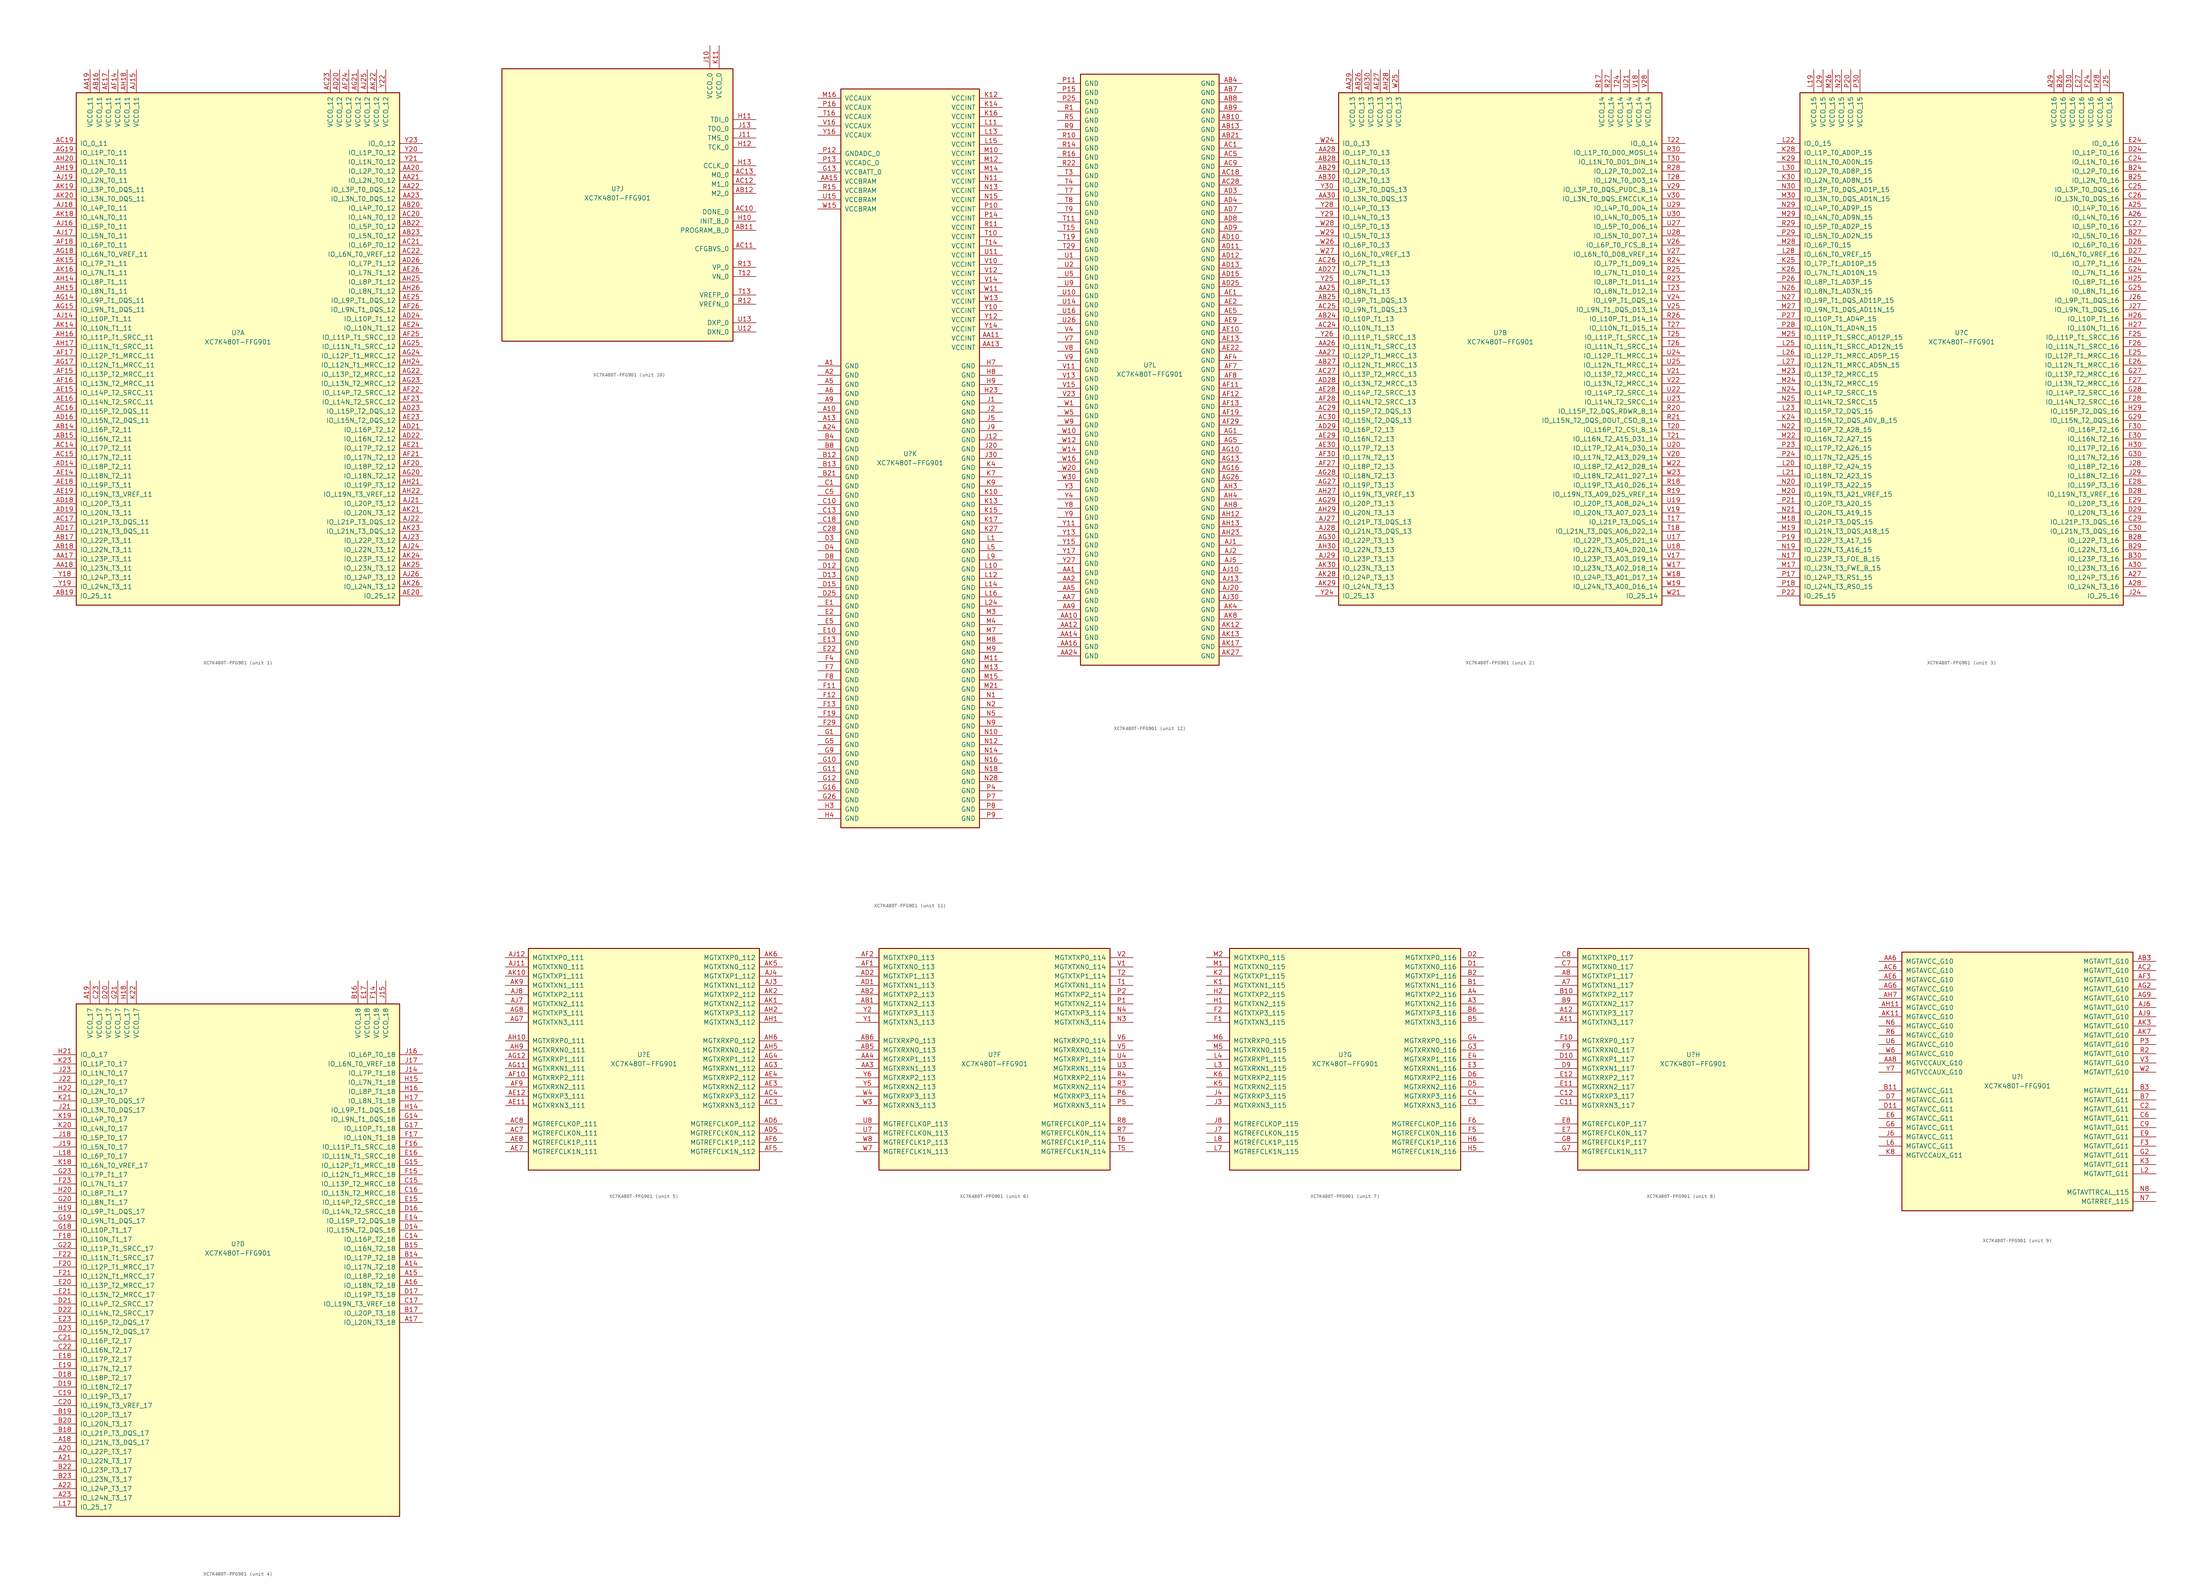
<source format=kicad_sym>
(kicad_symbol_lib
  (version 20201005)
  (generator kicad_symbol_editor)
  (symbol "XC7K480T-FFG901"
    (pin_names
      (offset 1.016))
    (property "Reference" "U"
      (at 0 1.27 0)
      (effects (font (size 1.27 1.27))))
    (property "Value" "XC7K480T-FFG901"
      (at 0 -1.27 0)
      (effects (font (size 1.27 1.27))))
    (property "Datasheet" ""
      (at 0 0 0)
      (effects (font (size 1.27 1.27))))
    (property "ki_locked" ""
      (at 0 0 0)
      (effects (font (size 1.27 1.27))))
    (symbol "XC7K480T-FFG901_1_1"
      (rectangle (start -44.45 67.31) (end 44.45 -73.66) (stroke (width 0.254)) (fill (type background)))
      (pin bidirectional line (at -50.8 -60.96 0) (length 6.35) (name "IO_L23P_T3_11" (effects (font (size 1.27 1.27)))) (number "AA17" (effects (font (size 1.27 1.27)))))
      (pin bidirectional line (at -50.8 -63.5 0) (length 6.35) (name "IO_L23N_T3_11" (effects (font (size 1.27 1.27)))) (number "AA18" (effects (font (size 1.27 1.27)))))
      (pin power_in line (at -40.64 73.66 270) (length 6.35) (name "VCCO_11" (effects (font (size 1.27 1.27)))) (number "AA19" (effects (font (size 1.27 1.27)))))
      (pin bidirectional line (at 50.8 45.72 180) (length 6.35) (name "IO_L2P_T0_12" (effects (font (size 1.27 1.27)))) (number "AA20" (effects (font (size 1.27 1.27)))))
      (pin bidirectional line (at 50.8 43.18 180) (length 6.35) (name "IO_L2N_T0_12" (effects (font (size 1.27 1.27)))) (number "AA21" (effects (font (size 1.27 1.27)))))
      (pin bidirectional line (at 50.8 40.64 180) (length 6.35) (name "IO_L3P_T0_DQS_12" (effects (font (size 1.27 1.27)))) (number "AA22" (effects (font (size 1.27 1.27)))))
      (pin bidirectional line (at 50.8 38.1 180) (length 6.35) (name "IO_L3N_T0_DQS_12" (effects (font (size 1.27 1.27)))) (number "AA23" (effects (font (size 1.27 1.27)))))
      (pin bidirectional line (at -50.8 -25.4 0) (length 6.35) (name "IO_L16P_T2_11" (effects (font (size 1.27 1.27)))) (number "AB14" (effects (font (size 1.27 1.27)))))
      (pin bidirectional line (at -50.8 -27.94 0) (length 6.35) (name "IO_L16N_T2_11" (effects (font (size 1.27 1.27)))) (number "AB15" (effects (font (size 1.27 1.27)))))
      (pin power_in line (at -38.1 73.66 270) (length 6.35) (name "VCCO_11" (effects (font (size 1.27 1.27)))) (number "AB16" (effects (font (size 1.27 1.27)))))
      (pin bidirectional line (at -50.8 -55.88 0) (length 6.35) (name "IO_L22P_T3_11" (effects (font (size 1.27 1.27)))) (number "AB17" (effects (font (size 1.27 1.27)))))
      (pin bidirectional line (at -50.8 -58.42 0) (length 6.35) (name "IO_L22N_T3_11" (effects (font (size 1.27 1.27)))) (number "AB18" (effects (font (size 1.27 1.27)))))
      (pin bidirectional line (at -50.8 -71.12 0) (length 6.35) (name "IO_25_11" (effects (font (size 1.27 1.27)))) (number "AB19" (effects (font (size 1.27 1.27)))))
      (pin bidirectional line (at 50.8 35.56 180) (length 6.35) (name "IO_L4P_T0_12" (effects (font (size 1.27 1.27)))) (number "AB20" (effects (font (size 1.27 1.27)))))
      (pin bidirectional line (at 50.8 30.48 180) (length 6.35) (name "IO_L5P_T0_12" (effects (font (size 1.27 1.27)))) (number "AB22" (effects (font (size 1.27 1.27)))))
      (pin bidirectional line (at 50.8 27.94 180) (length 6.35) (name "IO_L5N_T0_12" (effects (font (size 1.27 1.27)))) (number "AB23" (effects (font (size 1.27 1.27)))))
      (pin bidirectional line (at -50.8 -30.48 0) (length 6.35) (name "IO_L17P_T2_11" (effects (font (size 1.27 1.27)))) (number "AC14" (effects (font (size 1.27 1.27)))))
      (pin bidirectional line (at -50.8 -33.02 0) (length 6.35) (name "IO_L17N_T2_11" (effects (font (size 1.27 1.27)))) (number "AC15" (effects (font (size 1.27 1.27)))))
      (pin bidirectional line (at -50.8 -20.32 0) (length 6.35) (name "IO_L15P_T2_DQS_11" (effects (font (size 1.27 1.27)))) (number "AC16" (effects (font (size 1.27 1.27)))))
      (pin bidirectional line (at -50.8 -50.8 0) (length 6.35) (name "IO_L21P_T3_DQS_11" (effects (font (size 1.27 1.27)))) (number "AC17" (effects (font (size 1.27 1.27)))))
      (pin bidirectional line (at -50.8 53.34 0) (length 6.35) (name "IO_0_11" (effects (font (size 1.27 1.27)))) (number "AC19" (effects (font (size 1.27 1.27)))))
      (pin bidirectional line (at 50.8 33.02 180) (length 6.35) (name "IO_L4N_T0_12" (effects (font (size 1.27 1.27)))) (number "AC20" (effects (font (size 1.27 1.27)))))
      (pin bidirectional line (at 50.8 25.4 180) (length 6.35) (name "IO_L6P_T0_12" (effects (font (size 1.27 1.27)))) (number "AC21" (effects (font (size 1.27 1.27)))))
      (pin bidirectional line (at 50.8 22.86 180) (length 6.35) (name "IO_L6N_T0_VREF_12" (effects (font (size 1.27 1.27)))) (number "AC22" (effects (font (size 1.27 1.27)))))
      (pin power_in line (at 25.4 73.66 270) (length 6.35) (name "VCCO_12" (effects (font (size 1.27 1.27)))) (number "AC23" (effects (font (size 1.27 1.27)))))
      (pin bidirectional line (at -50.8 -35.56 0) (length 6.35) (name "IO_L18P_T2_11" (effects (font (size 1.27 1.27)))) (number "AD14" (effects (font (size 1.27 1.27)))))
      (pin bidirectional line (at -50.8 -22.86 0) (length 6.35) (name "IO_L15N_T2_DQS_11" (effects (font (size 1.27 1.27)))) (number "AD16" (effects (font (size 1.27 1.27)))))
      (pin bidirectional line (at -50.8 -53.34 0) (length 6.35) (name "IO_L21N_T3_DQS_11" (effects (font (size 1.27 1.27)))) (number "AD17" (effects (font (size 1.27 1.27)))))
      (pin bidirectional line (at -50.8 -45.72 0) (length 6.35) (name "IO_L20P_T3_11" (effects (font (size 1.27 1.27)))) (number "AD18" (effects (font (size 1.27 1.27)))))
      (pin bidirectional line (at -50.8 -48.26 0) (length 6.35) (name "IO_L20N_T3_11" (effects (font (size 1.27 1.27)))) (number "AD19" (effects (font (size 1.27 1.27)))))
      (pin power_in line (at 27.94 73.66 270) (length 6.35) (name "VCCO_12" (effects (font (size 1.27 1.27)))) (number "AD20" (effects (font (size 1.27 1.27)))))
      (pin bidirectional line (at 50.8 -25.4 180) (length 6.35) (name "IO_L16P_T2_12" (effects (font (size 1.27 1.27)))) (number "AD21" (effects (font (size 1.27 1.27)))))
      (pin bidirectional line (at 50.8 -27.94 180) (length 6.35) (name "IO_L16N_T2_12" (effects (font (size 1.27 1.27)))) (number "AD22" (effects (font (size 1.27 1.27)))))
      (pin bidirectional line (at 50.8 -20.32 180) (length 6.35) (name "IO_L15P_T2_DQS_12" (effects (font (size 1.27 1.27)))) (number "AD23" (effects (font (size 1.27 1.27)))))
      (pin bidirectional line (at 50.8 5.08 180) (length 6.35) (name "IO_L10P_T1_12" (effects (font (size 1.27 1.27)))) (number "AD24" (effects (font (size 1.27 1.27)))))
      (pin bidirectional line (at 50.8 20.32 180) (length 6.35) (name "IO_L7P_T1_12" (effects (font (size 1.27 1.27)))) (number "AD26" (effects (font (size 1.27 1.27)))))
      (pin bidirectional line (at -50.8 -38.1 0) (length 6.35) (name "IO_L18N_T2_11" (effects (font (size 1.27 1.27)))) (number "AE14" (effects (font (size 1.27 1.27)))))
      (pin bidirectional line (at -50.8 -15.24 0) (length 6.35) (name "IO_L14P_T2_SRCC_11" (effects (font (size 1.27 1.27)))) (number "AE15" (effects (font (size 1.27 1.27)))))
      (pin bidirectional line (at -50.8 -17.78 0) (length 6.35) (name "IO_L14N_T2_SRCC_11" (effects (font (size 1.27 1.27)))) (number "AE16" (effects (font (size 1.27 1.27)))))
      (pin power_in line (at -35.56 73.66 270) (length 6.35) (name "VCCO_11" (effects (font (size 1.27 1.27)))) (number "AE17" (effects (font (size 1.27 1.27)))))
      (pin bidirectional line (at -50.8 -40.64 0) (length 6.35) (name "IO_L19P_T3_11" (effects (font (size 1.27 1.27)))) (number "AE18" (effects (font (size 1.27 1.27)))))
      (pin bidirectional line (at -50.8 -43.18 0) (length 6.35) (name "IO_L19N_T3_VREF_11" (effects (font (size 1.27 1.27)))) (number "AE19" (effects (font (size 1.27 1.27)))))
      (pin bidirectional line (at 50.8 -71.12 180) (length 6.35) (name "IO_25_12" (effects (font (size 1.27 1.27)))) (number "AE20" (effects (font (size 1.27 1.27)))))
      (pin bidirectional line (at 50.8 -30.48 180) (length 6.35) (name "IO_L17P_T2_12" (effects (font (size 1.27 1.27)))) (number "AE21" (effects (font (size 1.27 1.27)))))
      (pin bidirectional line (at 50.8 -22.86 180) (length 6.35) (name "IO_L15N_T2_DQS_12" (effects (font (size 1.27 1.27)))) (number "AE23" (effects (font (size 1.27 1.27)))))
      (pin bidirectional line (at 50.8 2.54 180) (length 6.35) (name "IO_L10N_T1_12" (effects (font (size 1.27 1.27)))) (number "AE24" (effects (font (size 1.27 1.27)))))
      (pin bidirectional line (at 50.8 10.16 180) (length 6.35) (name "IO_L9P_T1_DQS_12" (effects (font (size 1.27 1.27)))) (number "AE25" (effects (font (size 1.27 1.27)))))
      (pin bidirectional line (at 50.8 17.78 180) (length 6.35) (name "IO_L7N_T1_12" (effects (font (size 1.27 1.27)))) (number "AE26" (effects (font (size 1.27 1.27)))))
      (pin power_in line (at -33.02 73.66 270) (length 6.35) (name "VCCO_11" (effects (font (size 1.27 1.27)))) (number "AF14" (effects (font (size 1.27 1.27)))))
      (pin bidirectional line (at -50.8 -10.16 0) (length 6.35) (name "IO_L13P_T2_MRCC_11" (effects (font (size 1.27 1.27)))) (number "AF15" (effects (font (size 1.27 1.27)))))
      (pin bidirectional line (at -50.8 -12.7 0) (length 6.35) (name "IO_L13N_T2_MRCC_11" (effects (font (size 1.27 1.27)))) (number "AF16" (effects (font (size 1.27 1.27)))))
      (pin bidirectional line (at -50.8 -5.08 0) (length 6.35) (name "IO_L12P_T1_MRCC_11" (effects (font (size 1.27 1.27)))) (number "AF17" (effects (font (size 1.27 1.27)))))
      (pin bidirectional line (at -50.8 25.4 0) (length 6.35) (name "IO_L6P_T0_11" (effects (font (size 1.27 1.27)))) (number "AF18" (effects (font (size 1.27 1.27)))))
      (pin bidirectional line (at 50.8 -35.56 180) (length 6.35) (name "IO_L18P_T2_12" (effects (font (size 1.27 1.27)))) (number "AF20" (effects (font (size 1.27 1.27)))))
      (pin bidirectional line (at 50.8 -33.02 180) (length 6.35) (name "IO_L17N_T2_12" (effects (font (size 1.27 1.27)))) (number "AF21" (effects (font (size 1.27 1.27)))))
      (pin bidirectional line (at 50.8 -15.24 180) (length 6.35) (name "IO_L14P_T2_SRCC_12" (effects (font (size 1.27 1.27)))) (number "AF22" (effects (font (size 1.27 1.27)))))
      (pin bidirectional line (at 50.8 -17.78 180) (length 6.35) (name "IO_L14N_T2_SRCC_12" (effects (font (size 1.27 1.27)))) (number "AF23" (effects (font (size 1.27 1.27)))))
      (pin power_in line (at 30.48 73.66 270) (length 6.35) (name "VCCO_12" (effects (font (size 1.27 1.27)))) (number "AF24" (effects (font (size 1.27 1.27)))))
      (pin bidirectional line (at 50.8 0 180) (length 6.35) (name "IO_L11P_T1_SRCC_12" (effects (font (size 1.27 1.27)))) (number "AF25" (effects (font (size 1.27 1.27)))))
      (pin bidirectional line (at 50.8 7.62 180) (length 6.35) (name "IO_L9N_T1_DQS_12" (effects (font (size 1.27 1.27)))) (number "AF26" (effects (font (size 1.27 1.27)))))
      (pin bidirectional line (at -50.8 10.16 0) (length 6.35) (name "IO_L9P_T1_DQS_11" (effects (font (size 1.27 1.27)))) (number "AG14" (effects (font (size 1.27 1.27)))))
      (pin bidirectional line (at -50.8 7.62 0) (length 6.35) (name "IO_L9N_T1_DQS_11" (effects (font (size 1.27 1.27)))) (number "AG15" (effects (font (size 1.27 1.27)))))
      (pin bidirectional line (at -50.8 -7.62 0) (length 6.35) (name "IO_L12N_T1_MRCC_11" (effects (font (size 1.27 1.27)))) (number "AG17" (effects (font (size 1.27 1.27)))))
      (pin bidirectional line (at -50.8 22.86 0) (length 6.35) (name "IO_L6N_T0_VREF_11" (effects (font (size 1.27 1.27)))) (number "AG18" (effects (font (size 1.27 1.27)))))
      (pin bidirectional line (at -50.8 50.8 0) (length 6.35) (name "IO_L1P_T0_11" (effects (font (size 1.27 1.27)))) (number "AG19" (effects (font (size 1.27 1.27)))))
      (pin bidirectional line (at 50.8 -38.1 180) (length 6.35) (name "IO_L18N_T2_12" (effects (font (size 1.27 1.27)))) (number "AG20" (effects (font (size 1.27 1.27)))))
      (pin power_in line (at 33.02 73.66 270) (length 6.35) (name "VCCO_12" (effects (font (size 1.27 1.27)))) (number "AG21" (effects (font (size 1.27 1.27)))))
      (pin bidirectional line (at 50.8 -10.16 180) (length 6.35) (name "IO_L13P_T2_MRCC_12" (effects (font (size 1.27 1.27)))) (number "AG22" (effects (font (size 1.27 1.27)))))
      (pin bidirectional line (at 50.8 -12.7 180) (length 6.35) (name "IO_L13N_T2_MRCC_12" (effects (font (size 1.27 1.27)))) (number "AG23" (effects (font (size 1.27 1.27)))))
      (pin bidirectional line (at 50.8 -5.08 180) (length 6.35) (name "IO_L12P_T1_MRCC_12" (effects (font (size 1.27 1.27)))) (number "AG24" (effects (font (size 1.27 1.27)))))
      (pin bidirectional line (at 50.8 -2.54 180) (length 6.35) (name "IO_L11N_T1_SRCC_12" (effects (font (size 1.27 1.27)))) (number "AG25" (effects (font (size 1.27 1.27)))))
      (pin bidirectional line (at -50.8 15.24 0) (length 6.35) (name "IO_L8P_T1_11" (effects (font (size 1.27 1.27)))) (number "AH14" (effects (font (size 1.27 1.27)))))
      (pin bidirectional line (at -50.8 12.7 0) (length 6.35) (name "IO_L8N_T1_11" (effects (font (size 1.27 1.27)))) (number "AH15" (effects (font (size 1.27 1.27)))))
      (pin bidirectional line (at -50.8 0 0) (length 6.35) (name "IO_L11P_T1_SRCC_11" (effects (font (size 1.27 1.27)))) (number "AH16" (effects (font (size 1.27 1.27)))))
      (pin bidirectional line (at -50.8 -2.54 0) (length 6.35) (name "IO_L11N_T1_SRCC_11" (effects (font (size 1.27 1.27)))) (number "AH17" (effects (font (size 1.27 1.27)))))
      (pin power_in line (at -30.48 73.66 270) (length 6.35) (name "VCCO_11" (effects (font (size 1.27 1.27)))) (number "AH18" (effects (font (size 1.27 1.27)))))
      (pin bidirectional line (at -50.8 45.72 0) (length 6.35) (name "IO_L2P_T0_11" (effects (font (size 1.27 1.27)))) (number "AH19" (effects (font (size 1.27 1.27)))))
      (pin bidirectional line (at -50.8 48.26 0) (length 6.35) (name "IO_L1N_T0_11" (effects (font (size 1.27 1.27)))) (number "AH20" (effects (font (size 1.27 1.27)))))
      (pin bidirectional line (at 50.8 -40.64 180) (length 6.35) (name "IO_L19P_T3_12" (effects (font (size 1.27 1.27)))) (number "AH21" (effects (font (size 1.27 1.27)))))
      (pin bidirectional line (at 50.8 -43.18 180) (length 6.35) (name "IO_L19N_T3_VREF_12" (effects (font (size 1.27 1.27)))) (number "AH22" (effects (font (size 1.27 1.27)))))
      (pin bidirectional line (at 50.8 -7.62 180) (length 6.35) (name "IO_L12N_T1_MRCC_12" (effects (font (size 1.27 1.27)))) (number "AH24" (effects (font (size 1.27 1.27)))))
      (pin bidirectional line (at 50.8 15.24 180) (length 6.35) (name "IO_L8P_T1_12" (effects (font (size 1.27 1.27)))) (number "AH25" (effects (font (size 1.27 1.27)))))
      (pin bidirectional line (at 50.8 12.7 180) (length 6.35) (name "IO_L8N_T1_12" (effects (font (size 1.27 1.27)))) (number "AH26" (effects (font (size 1.27 1.27)))))
      (pin bidirectional line (at -50.8 5.08 0) (length 6.35) (name "IO_L10P_T1_11" (effects (font (size 1.27 1.27)))) (number "AJ14" (effects (font (size 1.27 1.27)))))
      (pin power_in line (at -27.94 73.66 270) (length 6.35) (name "VCCO_11" (effects (font (size 1.27 1.27)))) (number "AJ15" (effects (font (size 1.27 1.27)))))
      (pin bidirectional line (at -50.8 30.48 0) (length 6.35) (name "IO_L5P_T0_11" (effects (font (size 1.27 1.27)))) (number "AJ16" (effects (font (size 1.27 1.27)))))
      (pin bidirectional line (at -50.8 27.94 0) (length 6.35) (name "IO_L5N_T0_11" (effects (font (size 1.27 1.27)))) (number "AJ17" (effects (font (size 1.27 1.27)))))
      (pin bidirectional line (at -50.8 35.56 0) (length 6.35) (name "IO_L4P_T0_11" (effects (font (size 1.27 1.27)))) (number "AJ18" (effects (font (size 1.27 1.27)))))
      (pin bidirectional line (at -50.8 43.18 0) (length 6.35) (name "IO_L2N_T0_11" (effects (font (size 1.27 1.27)))) (number "AJ19" (effects (font (size 1.27 1.27)))))
      (pin bidirectional line (at 50.8 -45.72 180) (length 6.35) (name "IO_L20P_T3_12" (effects (font (size 1.27 1.27)))) (number "AJ21" (effects (font (size 1.27 1.27)))))
      (pin bidirectional line (at 50.8 -50.8 180) (length 6.35) (name "IO_L21P_T3_DQS_12" (effects (font (size 1.27 1.27)))) (number "AJ22" (effects (font (size 1.27 1.27)))))
      (pin bidirectional line (at 50.8 -55.88 180) (length 6.35) (name "IO_L22P_T3_12" (effects (font (size 1.27 1.27)))) (number "AJ23" (effects (font (size 1.27 1.27)))))
      (pin bidirectional line (at 50.8 -58.42 180) (length 6.35) (name "IO_L22N_T3_12" (effects (font (size 1.27 1.27)))) (number "AJ24" (effects (font (size 1.27 1.27)))))
      (pin power_in line (at 35.56 73.66 270) (length 6.35) (name "VCCO_12" (effects (font (size 1.27 1.27)))) (number "AJ25" (effects (font (size 1.27 1.27)))))
      (pin bidirectional line (at 50.8 -66.04 180) (length 6.35) (name "IO_L24P_T3_12" (effects (font (size 1.27 1.27)))) (number "AJ26" (effects (font (size 1.27 1.27)))))
      (pin bidirectional line (at -50.8 2.54 0) (length 6.35) (name "IO_L10N_T1_11" (effects (font (size 1.27 1.27)))) (number "AK14" (effects (font (size 1.27 1.27)))))
      (pin bidirectional line (at -50.8 20.32 0) (length 6.35) (name "IO_L7P_T1_11" (effects (font (size 1.27 1.27)))) (number "AK15" (effects (font (size 1.27 1.27)))))
      (pin bidirectional line (at -50.8 17.78 0) (length 6.35) (name "IO_L7N_T1_11" (effects (font (size 1.27 1.27)))) (number "AK16" (effects (font (size 1.27 1.27)))))
      (pin bidirectional line (at -50.8 33.02 0) (length 6.35) (name "IO_L4N_T0_11" (effects (font (size 1.27 1.27)))) (number "AK18" (effects (font (size 1.27 1.27)))))
      (pin bidirectional line (at -50.8 40.64 0) (length 6.35) (name "IO_L3P_T0_DQS_11" (effects (font (size 1.27 1.27)))) (number "AK19" (effects (font (size 1.27 1.27)))))
      (pin bidirectional line (at -50.8 38.1 0) (length 6.35) (name "IO_L3N_T0_DQS_11" (effects (font (size 1.27 1.27)))) (number "AK20" (effects (font (size 1.27 1.27)))))
      (pin bidirectional line (at 50.8 -48.26 180) (length 6.35) (name "IO_L20N_T3_12" (effects (font (size 1.27 1.27)))) (number "AK21" (effects (font (size 1.27 1.27)))))
      (pin power_in line (at 38.1 73.66 270) (length 6.35) (name "VCCO_12" (effects (font (size 1.27 1.27)))) (number "AK22" (effects (font (size 1.27 1.27)))))
      (pin bidirectional line (at 50.8 -53.34 180) (length 6.35) (name "IO_L21N_T3_DQS_12" (effects (font (size 1.27 1.27)))) (number "AK23" (effects (font (size 1.27 1.27)))))
      (pin bidirectional line (at 50.8 -60.96 180) (length 6.35) (name "IO_L23P_T3_12" (effects (font (size 1.27 1.27)))) (number "AK24" (effects (font (size 1.27 1.27)))))
      (pin bidirectional line (at 50.8 -63.5 180) (length 6.35) (name "IO_L23N_T3_12" (effects (font (size 1.27 1.27)))) (number "AK25" (effects (font (size 1.27 1.27)))))
      (pin bidirectional line (at 50.8 -68.58 180) (length 6.35) (name "IO_L24N_T3_12" (effects (font (size 1.27 1.27)))) (number "AK26" (effects (font (size 1.27 1.27)))))
      (pin bidirectional line (at -50.8 -66.04 0) (length 6.35) (name "IO_L24P_T3_11" (effects (font (size 1.27 1.27)))) (number "Y18" (effects (font (size 1.27 1.27)))))
      (pin bidirectional line (at -50.8 -68.58 0) (length 6.35) (name "IO_L24N_T3_11" (effects (font (size 1.27 1.27)))) (number "Y19" (effects (font (size 1.27 1.27)))))
      (pin bidirectional line (at 50.8 50.8 180) (length 6.35) (name "IO_L1P_T0_12" (effects (font (size 1.27 1.27)))) (number "Y20" (effects (font (size 1.27 1.27)))))
      (pin bidirectional line (at 50.8 48.26 180) (length 6.35) (name "IO_L1N_T0_12" (effects (font (size 1.27 1.27)))) (number "Y21" (effects (font (size 1.27 1.27)))))
      (pin power_in line (at 40.64 73.66 270) (length 6.35) (name "VCCO_12" (effects (font (size 1.27 1.27)))) (number "Y22" (effects (font (size 1.27 1.27)))))
      (pin bidirectional line (at 50.8 53.34 180) (length 6.35) (name "IO_0_12" (effects (font (size 1.27 1.27)))) (number "Y23" (effects (font (size 1.27 1.27))))))
    (symbol "XC7K480T-FFG901_2_1"
      (rectangle (start -44.45 67.31) (end 44.45 -73.66) (stroke (width 0.254)) (fill (type background)))
      (pin bidirectional line (at -50.8 12.7 0) (length 6.35) (name "IO_L8N_T1_13" (effects (font (size 1.27 1.27)))) (number "AA25" (effects (font (size 1.27 1.27)))))
      (pin bidirectional line (at -50.8 -2.54 0) (length 6.35) (name "IO_L11N_T1_SRCC_13" (effects (font (size 1.27 1.27)))) (number "AA26" (effects (font (size 1.27 1.27)))))
      (pin bidirectional line (at -50.8 -5.08 0) (length 6.35) (name "IO_L12P_T1_MRCC_13" (effects (font (size 1.27 1.27)))) (number "AA27" (effects (font (size 1.27 1.27)))))
      (pin bidirectional line (at -50.8 50.8 0) (length 6.35) (name "IO_L1P_T0_13" (effects (font (size 1.27 1.27)))) (number "AA28" (effects (font (size 1.27 1.27)))))
      (pin power_in line (at -40.64 73.66 270) (length 6.35) (name "VCCO_13" (effects (font (size 1.27 1.27)))) (number "AA29" (effects (font (size 1.27 1.27)))))
      (pin bidirectional line (at -50.8 38.1 0) (length 6.35) (name "IO_L3N_T0_DQS_13" (effects (font (size 1.27 1.27)))) (number "AA30" (effects (font (size 1.27 1.27)))))
      (pin bidirectional line (at -50.8 5.08 0) (length 6.35) (name "IO_L10P_T1_13" (effects (font (size 1.27 1.27)))) (number "AB24" (effects (font (size 1.27 1.27)))))
      (pin bidirectional line (at -50.8 10.16 0) (length 6.35) (name "IO_L9P_T1_DQS_13" (effects (font (size 1.27 1.27)))) (number "AB25" (effects (font (size 1.27 1.27)))))
      (pin power_in line (at -38.1 73.66 270) (length 6.35) (name "VCCO_13" (effects (font (size 1.27 1.27)))) (number "AB26" (effects (font (size 1.27 1.27)))))
      (pin bidirectional line (at -50.8 -7.62 0) (length 6.35) (name "IO_L12N_T1_MRCC_13" (effects (font (size 1.27 1.27)))) (number "AB27" (effects (font (size 1.27 1.27)))))
      (pin bidirectional line (at -50.8 48.26 0) (length 6.35) (name "IO_L1N_T0_13" (effects (font (size 1.27 1.27)))) (number "AB28" (effects (font (size 1.27 1.27)))))
      (pin bidirectional line (at -50.8 45.72 0) (length 6.35) (name "IO_L2P_T0_13" (effects (font (size 1.27 1.27)))) (number "AB29" (effects (font (size 1.27 1.27)))))
      (pin bidirectional line (at -50.8 43.18 0) (length 6.35) (name "IO_L2N_T0_13" (effects (font (size 1.27 1.27)))) (number "AB30" (effects (font (size 1.27 1.27)))))
      (pin bidirectional line (at -50.8 2.54 0) (length 6.35) (name "IO_L10N_T1_13" (effects (font (size 1.27 1.27)))) (number "AC24" (effects (font (size 1.27 1.27)))))
      (pin bidirectional line (at -50.8 7.62 0) (length 6.35) (name "IO_L9N_T1_DQS_13" (effects (font (size 1.27 1.27)))) (number "AC25" (effects (font (size 1.27 1.27)))))
      (pin bidirectional line (at -50.8 20.32 0) (length 6.35) (name "IO_L7P_T1_13" (effects (font (size 1.27 1.27)))) (number "AC26" (effects (font (size 1.27 1.27)))))
      (pin bidirectional line (at -50.8 -10.16 0) (length 6.35) (name "IO_L13P_T2_MRCC_13" (effects (font (size 1.27 1.27)))) (number "AC27" (effects (font (size 1.27 1.27)))))
      (pin bidirectional line (at -50.8 -20.32 0) (length 6.35) (name "IO_L15P_T2_DQS_13" (effects (font (size 1.27 1.27)))) (number "AC29" (effects (font (size 1.27 1.27)))))
      (pin bidirectional line (at -50.8 -22.86 0) (length 6.35) (name "IO_L15N_T2_DQS_13" (effects (font (size 1.27 1.27)))) (number "AC30" (effects (font (size 1.27 1.27)))))
      (pin bidirectional line (at -50.8 17.78 0) (length 6.35) (name "IO_L7N_T1_13" (effects (font (size 1.27 1.27)))) (number "AD27" (effects (font (size 1.27 1.27)))))
      (pin bidirectional line (at -50.8 -12.7 0) (length 6.35) (name "IO_L13N_T2_MRCC_13" (effects (font (size 1.27 1.27)))) (number "AD28" (effects (font (size 1.27 1.27)))))
      (pin bidirectional line (at -50.8 -25.4 0) (length 6.35) (name "IO_L16P_T2_13" (effects (font (size 1.27 1.27)))) (number "AD29" (effects (font (size 1.27 1.27)))))
      (pin power_in line (at -35.56 73.66 270) (length 6.35) (name "VCCO_13" (effects (font (size 1.27 1.27)))) (number "AD30" (effects (font (size 1.27 1.27)))))
      (pin power_in line (at -33.02 73.66 270) (length 6.35) (name "VCCO_13" (effects (font (size 1.27 1.27)))) (number "AE27" (effects (font (size 1.27 1.27)))))
      (pin bidirectional line (at -50.8 -15.24 0) (length 6.35) (name "IO_L14P_T2_SRCC_13" (effects (font (size 1.27 1.27)))) (number "AE28" (effects (font (size 1.27 1.27)))))
      (pin bidirectional line (at -50.8 -27.94 0) (length 6.35) (name "IO_L16N_T2_13" (effects (font (size 1.27 1.27)))) (number "AE29" (effects (font (size 1.27 1.27)))))
      (pin bidirectional line (at -50.8 -30.48 0) (length 6.35) (name "IO_L17P_T2_13" (effects (font (size 1.27 1.27)))) (number "AE30" (effects (font (size 1.27 1.27)))))
      (pin bidirectional line (at -50.8 -35.56 0) (length 6.35) (name "IO_L18P_T2_13" (effects (font (size 1.27 1.27)))) (number "AF27" (effects (font (size 1.27 1.27)))))
      (pin bidirectional line (at -50.8 -17.78 0) (length 6.35) (name "IO_L14N_T2_SRCC_13" (effects (font (size 1.27 1.27)))) (number "AF28" (effects (font (size 1.27 1.27)))))
      (pin bidirectional line (at -50.8 -33.02 0) (length 6.35) (name "IO_L17N_T2_13" (effects (font (size 1.27 1.27)))) (number "AF30" (effects (font (size 1.27 1.27)))))
      (pin bidirectional line (at -50.8 -40.64 0) (length 6.35) (name "IO_L19P_T3_13" (effects (font (size 1.27 1.27)))) (number "AG27" (effects (font (size 1.27 1.27)))))
      (pin bidirectional line (at -50.8 -38.1 0) (length 6.35) (name "IO_L18N_T2_13" (effects (font (size 1.27 1.27)))) (number "AG28" (effects (font (size 1.27 1.27)))))
      (pin bidirectional line (at -50.8 -45.72 0) (length 6.35) (name "IO_L20P_T3_13" (effects (font (size 1.27 1.27)))) (number "AG29" (effects (font (size 1.27 1.27)))))
      (pin bidirectional line (at -50.8 -55.88 0) (length 6.35) (name "IO_L22P_T3_13" (effects (font (size 1.27 1.27)))) (number "AG30" (effects (font (size 1.27 1.27)))))
      (pin bidirectional line (at -50.8 -43.18 0) (length 6.35) (name "IO_L19N_T3_VREF_13" (effects (font (size 1.27 1.27)))) (number "AH27" (effects (font (size 1.27 1.27)))))
      (pin power_in line (at -30.48 73.66 270) (length 6.35) (name "VCCO_13" (effects (font (size 1.27 1.27)))) (number "AH28" (effects (font (size 1.27 1.27)))))
      (pin bidirectional line (at -50.8 -48.26 0) (length 6.35) (name "IO_L20N_T3_13" (effects (font (size 1.27 1.27)))) (number "AH29" (effects (font (size 1.27 1.27)))))
      (pin bidirectional line (at -50.8 -58.42 0) (length 6.35) (name "IO_L22N_T3_13" (effects (font (size 1.27 1.27)))) (number "AH30" (effects (font (size 1.27 1.27)))))
      (pin bidirectional line (at -50.8 -50.8 0) (length 6.35) (name "IO_L21P_T3_DQS_13" (effects (font (size 1.27 1.27)))) (number "AJ27" (effects (font (size 1.27 1.27)))))
      (pin bidirectional line (at -50.8 -53.34 0) (length 6.35) (name "IO_L21N_T3_DQS_13" (effects (font (size 1.27 1.27)))) (number "AJ28" (effects (font (size 1.27 1.27)))))
      (pin bidirectional line (at -50.8 -60.96 0) (length 6.35) (name "IO_L23P_T3_13" (effects (font (size 1.27 1.27)))) (number "AJ29" (effects (font (size 1.27 1.27)))))
      (pin bidirectional line (at -50.8 -66.04 0) (length 6.35) (name "IO_L24P_T3_13" (effects (font (size 1.27 1.27)))) (number "AK28" (effects (font (size 1.27 1.27)))))
      (pin bidirectional line (at -50.8 -68.58 0) (length 6.35) (name "IO_L24N_T3_13" (effects (font (size 1.27 1.27)))) (number "AK29" (effects (font (size 1.27 1.27)))))
      (pin bidirectional line (at -50.8 -63.5 0) (length 6.35) (name "IO_L23N_T3_13" (effects (font (size 1.27 1.27)))) (number "AK30" (effects (font (size 1.27 1.27)))))
      (pin power_in line (at 27.94 73.66 270) (length 6.35) (name "VCCO_14" (effects (font (size 1.27 1.27)))) (number "R17" (effects (font (size 1.27 1.27)))))
      (pin bidirectional line (at 50.8 -40.64 180) (length 6.35) (name "IO_L19P_T3_A10_D26_14" (effects (font (size 1.27 1.27)))) (number "R18" (effects (font (size 1.27 1.27)))))
      (pin bidirectional line (at 50.8 -43.18 180) (length 6.35) (name "IO_L19N_T3_A09_D25_VREF_14" (effects (font (size 1.27 1.27)))) (number "R19" (effects (font (size 1.27 1.27)))))
      (pin bidirectional line (at 50.8 -20.32 180) (length 6.35) (name "IO_L15P_T2_DQS_RDWR_B_14" (effects (font (size 1.27 1.27)))) (number "R20" (effects (font (size 1.27 1.27)))))
      (pin bidirectional line (at 50.8 -22.86 180) (length 6.35) (name "IO_L15N_T2_DQS_DOUT_CSO_B_14" (effects (font (size 1.27 1.27)))) (number "R21" (effects (font (size 1.27 1.27)))))
      (pin bidirectional line (at 50.8 15.24 180) (length 6.35) (name "IO_L8P_T1_D11_14" (effects (font (size 1.27 1.27)))) (number "R23" (effects (font (size 1.27 1.27)))))
      (pin bidirectional line (at 50.8 20.32 180) (length 6.35) (name "IO_L7P_T1_D09_14" (effects (font (size 1.27 1.27)))) (number "R24" (effects (font (size 1.27 1.27)))))
      (pin bidirectional line (at 50.8 17.78 180) (length 6.35) (name "IO_L7N_T1_D10_14" (effects (font (size 1.27 1.27)))) (number "R25" (effects (font (size 1.27 1.27)))))
      (pin bidirectional line (at 50.8 5.08 180) (length 6.35) (name "IO_L10P_T1_D14_14" (effects (font (size 1.27 1.27)))) (number "R26" (effects (font (size 1.27 1.27)))))
      (pin power_in line (at 30.48 73.66 270) (length 6.35) (name "VCCO_14" (effects (font (size 1.27 1.27)))) (number "R27" (effects (font (size 1.27 1.27)))))
      (pin bidirectional line (at 50.8 45.72 180) (length 6.35) (name "IO_L2P_T0_D02_14" (effects (font (size 1.27 1.27)))) (number "R28" (effects (font (size 1.27 1.27)))))
      (pin bidirectional line (at 50.8 50.8 180) (length 6.35) (name "IO_L1P_T0_D00_MOSI_14" (effects (font (size 1.27 1.27)))) (number "R30" (effects (font (size 1.27 1.27)))))
      (pin bidirectional line (at 50.8 -50.8 180) (length 6.35) (name "IO_L21P_T3_DQS_14" (effects (font (size 1.27 1.27)))) (number "T17" (effects (font (size 1.27 1.27)))))
      (pin bidirectional line (at 50.8 -53.34 180) (length 6.35) (name "IO_L21N_T3_DQS_A06_D22_14" (effects (font (size 1.27 1.27)))) (number "T18" (effects (font (size 1.27 1.27)))))
      (pin bidirectional line (at 50.8 -25.4 180) (length 6.35) (name "IO_L16P_T2_CSI_B_14" (effects (font (size 1.27 1.27)))) (number "T20" (effects (font (size 1.27 1.27)))))
      (pin bidirectional line (at 50.8 -27.94 180) (length 6.35) (name "IO_L16N_T2_A15_D31_14" (effects (font (size 1.27 1.27)))) (number "T21" (effects (font (size 1.27 1.27)))))
      (pin bidirectional line (at 50.8 53.34 180) (length 6.35) (name "IO_0_14" (effects (font (size 1.27 1.27)))) (number "T22" (effects (font (size 1.27 1.27)))))
      (pin bidirectional line (at 50.8 12.7 180) (length 6.35) (name "IO_L8N_T1_D12_14" (effects (font (size 1.27 1.27)))) (number "T23" (effects (font (size 1.27 1.27)))))
      (pin power_in line (at 33.02 73.66 270) (length 6.35) (name "VCCO_14" (effects (font (size 1.27 1.27)))) (number "T24" (effects (font (size 1.27 1.27)))))
      (pin bidirectional line (at 50.8 0 180) (length 6.35) (name "IO_L11P_T1_SRCC_14" (effects (font (size 1.27 1.27)))) (number "T25" (effects (font (size 1.27 1.27)))))
      (pin bidirectional line (at 50.8 -2.54 180) (length 6.35) (name "IO_L11N_T1_SRCC_14" (effects (font (size 1.27 1.27)))) (number "T26" (effects (font (size 1.27 1.27)))))
      (pin bidirectional line (at 50.8 2.54 180) (length 6.35) (name "IO_L10N_T1_D15_14" (effects (font (size 1.27 1.27)))) (number "T27" (effects (font (size 1.27 1.27)))))
      (pin bidirectional line (at 50.8 43.18 180) (length 6.35) (name "IO_L2N_T0_D03_14" (effects (font (size 1.27 1.27)))) (number "T28" (effects (font (size 1.27 1.27)))))
      (pin bidirectional line (at 50.8 48.26 180) (length 6.35) (name "IO_L1N_T0_D01_DIN_14" (effects (font (size 1.27 1.27)))) (number "T30" (effects (font (size 1.27 1.27)))))
      (pin bidirectional line (at 50.8 -55.88 180) (length 6.35) (name "IO_L22P_T3_A05_D21_14" (effects (font (size 1.27 1.27)))) (number "U17" (effects (font (size 1.27 1.27)))))
      (pin bidirectional line (at 50.8 -58.42 180) (length 6.35) (name "IO_L22N_T3_A04_D20_14" (effects (font (size 1.27 1.27)))) (number "U18" (effects (font (size 1.27 1.27)))))
      (pin bidirectional line (at 50.8 -45.72 180) (length 6.35) (name "IO_L20P_T3_A08_D24_14" (effects (font (size 1.27 1.27)))) (number "U19" (effects (font (size 1.27 1.27)))))
      (pin bidirectional line (at 50.8 -30.48 180) (length 6.35) (name "IO_L17P_T2_A14_D30_14" (effects (font (size 1.27 1.27)))) (number "U20" (effects (font (size 1.27 1.27)))))
      (pin power_in line (at 35.56 73.66 270) (length 6.35) (name "VCCO_14" (effects (font (size 1.27 1.27)))) (number "U21" (effects (font (size 1.27 1.27)))))
      (pin bidirectional line (at 50.8 -15.24 180) (length 6.35) (name "IO_L14P_T2_SRCC_14" (effects (font (size 1.27 1.27)))) (number "U22" (effects (font (size 1.27 1.27)))))
      (pin bidirectional line (at 50.8 -17.78 180) (length 6.35) (name "IO_L14N_T2_SRCC_14" (effects (font (size 1.27 1.27)))) (number "U23" (effects (font (size 1.27 1.27)))))
      (pin bidirectional line (at 50.8 -5.08 180) (length 6.35) (name "IO_L12P_T1_MRCC_14" (effects (font (size 1.27 1.27)))) (number "U24" (effects (font (size 1.27 1.27)))))
      (pin bidirectional line (at 50.8 -7.62 180) (length 6.35) (name "IO_L12N_T1_MRCC_14" (effects (font (size 1.27 1.27)))) (number "U25" (effects (font (size 1.27 1.27)))))
      (pin bidirectional line (at 50.8 30.48 180) (length 6.35) (name "IO_L5P_T0_D06_14" (effects (font (size 1.27 1.27)))) (number "U27" (effects (font (size 1.27 1.27)))))
      (pin bidirectional line (at 50.8 27.94 180) (length 6.35) (name "IO_L5N_T0_D07_14" (effects (font (size 1.27 1.27)))) (number "U28" (effects (font (size 1.27 1.27)))))
      (pin bidirectional line (at 50.8 35.56 180) (length 6.35) (name "IO_L4P_T0_D04_14" (effects (font (size 1.27 1.27)))) (number "U29" (effects (font (size 1.27 1.27)))))
      (pin bidirectional line (at 50.8 33.02 180) (length 6.35) (name "IO_L4N_T0_D05_14" (effects (font (size 1.27 1.27)))) (number "U30" (effects (font (size 1.27 1.27)))))
      (pin bidirectional line (at 50.8 -60.96 180) (length 6.35) (name "IO_L23P_T3_A03_D19_14" (effects (font (size 1.27 1.27)))) (number "V17" (effects (font (size 1.27 1.27)))))
      (pin power_in line (at 38.1 73.66 270) (length 6.35) (name "VCCO_14" (effects (font (size 1.27 1.27)))) (number "V18" (effects (font (size 1.27 1.27)))))
      (pin bidirectional line (at 50.8 -48.26 180) (length 6.35) (name "IO_L20N_T3_A07_D23_14" (effects (font (size 1.27 1.27)))) (number "V19" (effects (font (size 1.27 1.27)))))
      (pin bidirectional line (at 50.8 -33.02 180) (length 6.35) (name "IO_L17N_T2_A13_D29_14" (effects (font (size 1.27 1.27)))) (number "V20" (effects (font (size 1.27 1.27)))))
      (pin bidirectional line (at 50.8 -10.16 180) (length 6.35) (name "IO_L13P_T2_MRCC_14" (effects (font (size 1.27 1.27)))) (number "V21" (effects (font (size 1.27 1.27)))))
      (pin bidirectional line (at 50.8 -12.7 180) (length 6.35) (name "IO_L13N_T2_MRCC_14" (effects (font (size 1.27 1.27)))) (number "V22" (effects (font (size 1.27 1.27)))))
      (pin bidirectional line (at 50.8 10.16 180) (length 6.35) (name "IO_L9P_T1_DQS_14" (effects (font (size 1.27 1.27)))) (number "V24" (effects (font (size 1.27 1.27)))))
      (pin bidirectional line (at 50.8 7.62 180) (length 6.35) (name "IO_L9N_T1_DQS_D13_14" (effects (font (size 1.27 1.27)))) (number "V25" (effects (font (size 1.27 1.27)))))
      (pin bidirectional line (at 50.8 25.4 180) (length 6.35) (name "IO_L6P_T0_FCS_B_14" (effects (font (size 1.27 1.27)))) (number "V26" (effects (font (size 1.27 1.27)))))
      (pin bidirectional line (at 50.8 22.86 180) (length 6.35) (name "IO_L6N_T0_D08_VREF_14" (effects (font (size 1.27 1.27)))) (number "V27" (effects (font (size 1.27 1.27)))))
      (pin power_in line (at 40.64 73.66 270) (length 6.35) (name "VCCO_14" (effects (font (size 1.27 1.27)))) (number "V28" (effects (font (size 1.27 1.27)))))
      (pin bidirectional line (at 50.8 40.64 180) (length 6.35) (name "IO_L3P_T0_DQS_PUDC_B_14" (effects (font (size 1.27 1.27)))) (number "V29" (effects (font (size 1.27 1.27)))))
      (pin bidirectional line (at 50.8 38.1 180) (length 6.35) (name "IO_L3N_T0_DQS_EMCCLK_14" (effects (font (size 1.27 1.27)))) (number "V30" (effects (font (size 1.27 1.27)))))
      (pin bidirectional line (at 50.8 -63.5 180) (length 6.35) (name "IO_L23N_T3_A02_D18_14" (effects (font (size 1.27 1.27)))) (number "W17" (effects (font (size 1.27 1.27)))))
      (pin bidirectional line (at 50.8 -66.04 180) (length 6.35) (name "IO_L24P_T3_A01_D17_14" (effects (font (size 1.27 1.27)))) (number "W18" (effects (font (size 1.27 1.27)))))
      (pin bidirectional line (at 50.8 -68.58 180) (length 6.35) (name "IO_L24N_T3_A00_D16_14" (effects (font (size 1.27 1.27)))) (number "W19" (effects (font (size 1.27 1.27)))))
      (pin bidirectional line (at 50.8 -71.12 180) (length 6.35) (name "IO_25_14" (effects (font (size 1.27 1.27)))) (number "W21" (effects (font (size 1.27 1.27)))))
      (pin bidirectional line (at 50.8 -35.56 180) (length 6.35) (name "IO_L18P_T2_A12_D28_14" (effects (font (size 1.27 1.27)))) (number "W22" (effects (font (size 1.27 1.27)))))
      (pin bidirectional line (at 50.8 -38.1 180) (length 6.35) (name "IO_L18N_T2_A11_D27_14" (effects (font (size 1.27 1.27)))) (number "W23" (effects (font (size 1.27 1.27)))))
      (pin bidirectional line (at -50.8 53.34 0) (length 6.35) (name "IO_0_13" (effects (font (size 1.27 1.27)))) (number "W24" (effects (font (size 1.27 1.27)))))
      (pin power_in line (at -27.94 73.66 270) (length 6.35) (name "VCCO_13" (effects (font (size 1.27 1.27)))) (number "W25" (effects (font (size 1.27 1.27)))))
      (pin bidirectional line (at -50.8 25.4 0) (length 6.35) (name "IO_L6P_T0_13" (effects (font (size 1.27 1.27)))) (number "W26" (effects (font (size 1.27 1.27)))))
      (pin bidirectional line (at -50.8 22.86 0) (length 6.35) (name "IO_L6N_T0_VREF_13" (effects (font (size 1.27 1.27)))) (number "W27" (effects (font (size 1.27 1.27)))))
      (pin bidirectional line (at -50.8 30.48 0) (length 6.35) (name "IO_L5P_T0_13" (effects (font (size 1.27 1.27)))) (number "W28" (effects (font (size 1.27 1.27)))))
      (pin bidirectional line (at -50.8 27.94 0) (length 6.35) (name "IO_L5N_T0_13" (effects (font (size 1.27 1.27)))) (number "W29" (effects (font (size 1.27 1.27)))))
      (pin bidirectional line (at -50.8 -71.12 0) (length 6.35) (name "IO_25_13" (effects (font (size 1.27 1.27)))) (number "Y24" (effects (font (size 1.27 1.27)))))
      (pin bidirectional line (at -50.8 15.24 0) (length 6.35) (name "IO_L8P_T1_13" (effects (font (size 1.27 1.27)))) (number "Y25" (effects (font (size 1.27 1.27)))))
      (pin bidirectional line (at -50.8 0 0) (length 6.35) (name "IO_L11P_T1_SRCC_13" (effects (font (size 1.27 1.27)))) (number "Y26" (effects (font (size 1.27 1.27)))))
      (pin bidirectional line (at -50.8 35.56 0) (length 6.35) (name "IO_L4P_T0_13" (effects (font (size 1.27 1.27)))) (number "Y28" (effects (font (size 1.27 1.27)))))
      (pin bidirectional line (at -50.8 33.02 0) (length 6.35) (name "IO_L4N_T0_13" (effects (font (size 1.27 1.27)))) (number "Y29" (effects (font (size 1.27 1.27)))))
      (pin bidirectional line (at -50.8 40.64 0) (length 6.35) (name "IO_L3P_T0_DQS_13" (effects (font (size 1.27 1.27)))) (number "Y30" (effects (font (size 1.27 1.27))))))
    (symbol "XC7K480T-FFG901_3_1"
      (rectangle (start -44.45 67.31) (end 44.45 -73.66) (stroke (width 0.254)) (fill (type background)))
      (pin bidirectional line (at 50.8 35.56 180) (length 6.35) (name "IO_L4P_T0_16" (effects (font (size 1.27 1.27)))) (number "A25" (effects (font (size 1.27 1.27)))))
      (pin bidirectional line (at 50.8 33.02 180) (length 6.35) (name "IO_L4N_T0_16" (effects (font (size 1.27 1.27)))) (number "A26" (effects (font (size 1.27 1.27)))))
      (pin bidirectional line (at 50.8 -66.04 180) (length 6.35) (name "IO_L24P_T3_16" (effects (font (size 1.27 1.27)))) (number "A27" (effects (font (size 1.27 1.27)))))
      (pin bidirectional line (at 50.8 -68.58 180) (length 6.35) (name "IO_L24N_T3_16" (effects (font (size 1.27 1.27)))) (number "A28" (effects (font (size 1.27 1.27)))))
      (pin power_in line (at 25.4 73.66 270) (length 6.35) (name "VCCO_16" (effects (font (size 1.27 1.27)))) (number "A29" (effects (font (size 1.27 1.27)))))
      (pin bidirectional line (at 50.8 -63.5 180) (length 6.35) (name "IO_L23N_T3_16" (effects (font (size 1.27 1.27)))) (number "A30" (effects (font (size 1.27 1.27)))))
      (pin bidirectional line (at 50.8 45.72 180) (length 6.35) (name "IO_L2P_T0_16" (effects (font (size 1.27 1.27)))) (number "B24" (effects (font (size 1.27 1.27)))))
      (pin bidirectional line (at 50.8 43.18 180) (length 6.35) (name "IO_L2N_T0_16" (effects (font (size 1.27 1.27)))) (number "B25" (effects (font (size 1.27 1.27)))))
      (pin power_in line (at 27.94 73.66 270) (length 6.35) (name "VCCO_16" (effects (font (size 1.27 1.27)))) (number "B26" (effects (font (size 1.27 1.27)))))
      (pin bidirectional line (at 50.8 27.94 180) (length 6.35) (name "IO_L5N_T0_16" (effects (font (size 1.27 1.27)))) (number "B27" (effects (font (size 1.27 1.27)))))
      (pin bidirectional line (at 50.8 -55.88 180) (length 6.35) (name "IO_L22P_T3_16" (effects (font (size 1.27 1.27)))) (number "B28" (effects (font (size 1.27 1.27)))))
      (pin bidirectional line (at 50.8 -58.42 180) (length 6.35) (name "IO_L22N_T3_16" (effects (font (size 1.27 1.27)))) (number "B29" (effects (font (size 1.27 1.27)))))
      (pin bidirectional line (at 50.8 -60.96 180) (length 6.35) (name "IO_L23P_T3_16" (effects (font (size 1.27 1.27)))) (number "B30" (effects (font (size 1.27 1.27)))))
      (pin bidirectional line (at 50.8 48.26 180) (length 6.35) (name "IO_L1N_T0_16" (effects (font (size 1.27 1.27)))) (number "C24" (effects (font (size 1.27 1.27)))))
      (pin bidirectional line (at 50.8 40.64 180) (length 6.35) (name "IO_L3P_T0_DQS_16" (effects (font (size 1.27 1.27)))) (number "C25" (effects (font (size 1.27 1.27)))))
      (pin bidirectional line (at 50.8 38.1 180) (length 6.35) (name "IO_L3N_T0_DQS_16" (effects (font (size 1.27 1.27)))) (number "C26" (effects (font (size 1.27 1.27)))))
      (pin bidirectional line (at 50.8 30.48 180) (length 6.35) (name "IO_L5P_T0_16" (effects (font (size 1.27 1.27)))) (number "C27" (effects (font (size 1.27 1.27)))))
      (pin bidirectional line (at 50.8 -50.8 180) (length 6.35) (name "IO_L21P_T3_DQS_16" (effects (font (size 1.27 1.27)))) (number "C29" (effects (font (size 1.27 1.27)))))
      (pin bidirectional line (at 50.8 -53.34 180) (length 6.35) (name "IO_L21N_T3_DQS_16" (effects (font (size 1.27 1.27)))) (number "C30" (effects (font (size 1.27 1.27)))))
      (pin bidirectional line (at 50.8 50.8 180) (length 6.35) (name "IO_L1P_T0_16" (effects (font (size 1.27 1.27)))) (number "D24" (effects (font (size 1.27 1.27)))))
      (pin bidirectional line (at 50.8 25.4 180) (length 6.35) (name "IO_L6P_T0_16" (effects (font (size 1.27 1.27)))) (number "D26" (effects (font (size 1.27 1.27)))))
      (pin bidirectional line (at 50.8 22.86 180) (length 6.35) (name "IO_L6N_T0_VREF_16" (effects (font (size 1.27 1.27)))) (number "D27" (effects (font (size 1.27 1.27)))))
      (pin bidirectional line (at 50.8 -43.18 180) (length 6.35) (name "IO_L19N_T3_VREF_16" (effects (font (size 1.27 1.27)))) (number "D28" (effects (font (size 1.27 1.27)))))
      (pin bidirectional line (at 50.8 -48.26 180) (length 6.35) (name "IO_L20N_T3_16" (effects (font (size 1.27 1.27)))) (number "D29" (effects (font (size 1.27 1.27)))))
      (pin power_in line (at 30.48 73.66 270) (length 6.35) (name "VCCO_16" (effects (font (size 1.27 1.27)))) (number "D30" (effects (font (size 1.27 1.27)))))
      (pin bidirectional line (at 50.8 53.34 180) (length 6.35) (name "IO_0_16" (effects (font (size 1.27 1.27)))) (number "E24" (effects (font (size 1.27 1.27)))))
      (pin bidirectional line (at 50.8 -5.08 180) (length 6.35) (name "IO_L12P_T1_MRCC_16" (effects (font (size 1.27 1.27)))) (number "E25" (effects (font (size 1.27 1.27)))))
      (pin bidirectional line (at 50.8 -7.62 180) (length 6.35) (name "IO_L12N_T1_MRCC_16" (effects (font (size 1.27 1.27)))) (number "E26" (effects (font (size 1.27 1.27)))))
      (pin power_in line (at 33.02 73.66 270) (length 6.35) (name "VCCO_16" (effects (font (size 1.27 1.27)))) (number "E27" (effects (font (size 1.27 1.27)))))
      (pin bidirectional line (at 50.8 -40.64 180) (length 6.35) (name "IO_L19P_T3_16" (effects (font (size 1.27 1.27)))) (number "E28" (effects (font (size 1.27 1.27)))))
      (pin bidirectional line (at 50.8 -45.72 180) (length 6.35) (name "IO_L20P_T3_16" (effects (font (size 1.27 1.27)))) (number "E29" (effects (font (size 1.27 1.27)))))
      (pin bidirectional line (at 50.8 -27.94 180) (length 6.35) (name "IO_L16N_T2_16" (effects (font (size 1.27 1.27)))) (number "E30" (effects (font (size 1.27 1.27)))))
      (pin power_in line (at 35.56 73.66 270) (length 6.35) (name "VCCO_16" (effects (font (size 1.27 1.27)))) (number "F24" (effects (font (size 1.27 1.27)))))
      (pin bidirectional line (at 50.8 0 180) (length 6.35) (name "IO_L11P_T1_SRCC_16" (effects (font (size 1.27 1.27)))) (number "F25" (effects (font (size 1.27 1.27)))))
      (pin bidirectional line (at 50.8 -2.54 180) (length 6.35) (name "IO_L11N_T1_SRCC_16" (effects (font (size 1.27 1.27)))) (number "F26" (effects (font (size 1.27 1.27)))))
      (pin bidirectional line (at 50.8 -12.7 180) (length 6.35) (name "IO_L13N_T2_MRCC_16" (effects (font (size 1.27 1.27)))) (number "F27" (effects (font (size 1.27 1.27)))))
      (pin bidirectional line (at 50.8 -17.78 180) (length 6.35) (name "IO_L14N_T2_SRCC_16" (effects (font (size 1.27 1.27)))) (number "F28" (effects (font (size 1.27 1.27)))))
      (pin bidirectional line (at 50.8 -25.4 180) (length 6.35) (name "IO_L16P_T2_16" (effects (font (size 1.27 1.27)))) (number "F30" (effects (font (size 1.27 1.27)))))
      (pin bidirectional line (at 50.8 17.78 180) (length 6.35) (name "IO_L7N_T1_16" (effects (font (size 1.27 1.27)))) (number "G24" (effects (font (size 1.27 1.27)))))
      (pin bidirectional line (at 50.8 12.7 180) (length 6.35) (name "IO_L8N_T1_16" (effects (font (size 1.27 1.27)))) (number "G25" (effects (font (size 1.27 1.27)))))
      (pin bidirectional line (at 50.8 -10.16 180) (length 6.35) (name "IO_L13P_T2_MRCC_16" (effects (font (size 1.27 1.27)))) (number "G27" (effects (font (size 1.27 1.27)))))
      (pin bidirectional line (at 50.8 -15.24 180) (length 6.35) (name "IO_L14P_T2_SRCC_16" (effects (font (size 1.27 1.27)))) (number "G28" (effects (font (size 1.27 1.27)))))
      (pin bidirectional line (at 50.8 -22.86 180) (length 6.35) (name "IO_L15N_T2_DQS_16" (effects (font (size 1.27 1.27)))) (number "G29" (effects (font (size 1.27 1.27)))))
      (pin bidirectional line (at 50.8 -33.02 180) (length 6.35) (name "IO_L17N_T2_16" (effects (font (size 1.27 1.27)))) (number "G30" (effects (font (size 1.27 1.27)))))
      (pin bidirectional line (at 50.8 20.32 180) (length 6.35) (name "IO_L7P_T1_16" (effects (font (size 1.27 1.27)))) (number "H24" (effects (font (size 1.27 1.27)))))
      (pin bidirectional line (at 50.8 15.24 180) (length 6.35) (name "IO_L8P_T1_16" (effects (font (size 1.27 1.27)))) (number "H25" (effects (font (size 1.27 1.27)))))
      (pin bidirectional line (at 50.8 5.08 180) (length 6.35) (name "IO_L10P_T1_16" (effects (font (size 1.27 1.27)))) (number "H26" (effects (font (size 1.27 1.27)))))
      (pin bidirectional line (at 50.8 2.54 180) (length 6.35) (name "IO_L10N_T1_16" (effects (font (size 1.27 1.27)))) (number "H27" (effects (font (size 1.27 1.27)))))
      (pin power_in line (at 38.1 73.66 270) (length 6.35) (name "VCCO_16" (effects (font (size 1.27 1.27)))) (number "H28" (effects (font (size 1.27 1.27)))))
      (pin bidirectional line (at 50.8 -20.32 180) (length 6.35) (name "IO_L15P_T2_DQS_16" (effects (font (size 1.27 1.27)))) (number "H29" (effects (font (size 1.27 1.27)))))
      (pin bidirectional line (at 50.8 -30.48 180) (length 6.35) (name "IO_L17P_T2_16" (effects (font (size 1.27 1.27)))) (number "H30" (effects (font (size 1.27 1.27)))))
      (pin bidirectional line (at 50.8 -71.12 180) (length 6.35) (name "IO_25_16" (effects (font (size 1.27 1.27)))) (number "J24" (effects (font (size 1.27 1.27)))))
      (pin power_in line (at 40.64 73.66 270) (length 6.35) (name "VCCO_16" (effects (font (size 1.27 1.27)))) (number "J25" (effects (font (size 1.27 1.27)))))
      (pin bidirectional line (at 50.8 10.16 180) (length 6.35) (name "IO_L9P_T1_DQS_16" (effects (font (size 1.27 1.27)))) (number "J26" (effects (font (size 1.27 1.27)))))
      (pin bidirectional line (at 50.8 7.62 180) (length 6.35) (name "IO_L9N_T1_DQS_16" (effects (font (size 1.27 1.27)))) (number "J27" (effects (font (size 1.27 1.27)))))
      (pin bidirectional line (at 50.8 -35.56 180) (length 6.35) (name "IO_L18P_T2_16" (effects (font (size 1.27 1.27)))) (number "J28" (effects (font (size 1.27 1.27)))))
      (pin bidirectional line (at 50.8 -38.1 180) (length 6.35) (name "IO_L18N_T2_16" (effects (font (size 1.27 1.27)))) (number "J29" (effects (font (size 1.27 1.27)))))
      (pin bidirectional line (at -50.8 -22.86 0) (length 6.35) (name "IO_L15N_T2_DQS_ADV_B_15" (effects (font (size 1.27 1.27)))) (number "K24" (effects (font (size 1.27 1.27)))))
      (pin bidirectional line (at -50.8 20.32 0) (length 6.35) (name "IO_L7P_T1_AD10P_15" (effects (font (size 1.27 1.27)))) (number "K25" (effects (font (size 1.27 1.27)))))
      (pin bidirectional line (at -50.8 17.78 0) (length 6.35) (name "IO_L7N_T1_AD10N_15" (effects (font (size 1.27 1.27)))) (number "K26" (effects (font (size 1.27 1.27)))))
      (pin bidirectional line (at -50.8 50.8 0) (length 6.35) (name "IO_L1P_T0_AD0P_15" (effects (font (size 1.27 1.27)))) (number "K28" (effects (font (size 1.27 1.27)))))
      (pin bidirectional line (at -50.8 48.26 0) (length 6.35) (name "IO_L1N_T0_AD0N_15" (effects (font (size 1.27 1.27)))) (number "K29" (effects (font (size 1.27 1.27)))))
      (pin bidirectional line (at -50.8 43.18 0) (length 6.35) (name "IO_L2N_T0_AD8N_15" (effects (font (size 1.27 1.27)))) (number "K30" (effects (font (size 1.27 1.27)))))
      (pin power_in line (at -40.64 73.66 270) (length 6.35) (name "VCCO_15" (effects (font (size 1.27 1.27)))) (number "L19" (effects (font (size 1.27 1.27)))))
      (pin bidirectional line (at -50.8 -35.56 0) (length 6.35) (name "IO_L18P_T2_A24_15" (effects (font (size 1.27 1.27)))) (number "L20" (effects (font (size 1.27 1.27)))))
      (pin bidirectional line (at -50.8 -38.1 0) (length 6.35) (name "IO_L18N_T2_A23_15" (effects (font (size 1.27 1.27)))) (number "L21" (effects (font (size 1.27 1.27)))))
      (pin bidirectional line (at -50.8 53.34 0) (length 6.35) (name "IO_0_15" (effects (font (size 1.27 1.27)))) (number "L22" (effects (font (size 1.27 1.27)))))
      (pin bidirectional line (at -50.8 -20.32 0) (length 6.35) (name "IO_L15P_T2_DQS_15" (effects (font (size 1.27 1.27)))) (number "L23" (effects (font (size 1.27 1.27)))))
      (pin bidirectional line (at -50.8 -2.54 0) (length 6.35) (name "IO_L11N_T1_SRCC_AD12N_15" (effects (font (size 1.27 1.27)))) (number "L25" (effects (font (size 1.27 1.27)))))
      (pin bidirectional line (at -50.8 -5.08 0) (length 6.35) (name "IO_L12P_T1_MRCC_AD5P_15" (effects (font (size 1.27 1.27)))) (number "L26" (effects (font (size 1.27 1.27)))))
      (pin bidirectional line (at -50.8 -7.62 0) (length 6.35) (name "IO_L12N_T1_MRCC_AD5N_15" (effects (font (size 1.27 1.27)))) (number "L27" (effects (font (size 1.27 1.27)))))
      (pin bidirectional line (at -50.8 22.86 0) (length 6.35) (name "IO_L6N_T0_VREF_15" (effects (font (size 1.27 1.27)))) (number "L28" (effects (font (size 1.27 1.27)))))
      (pin power_in line (at -38.1 73.66 270) (length 6.35) (name "VCCO_15" (effects (font (size 1.27 1.27)))) (number "L29" (effects (font (size 1.27 1.27)))))
      (pin bidirectional line (at -50.8 45.72 0) (length 6.35) (name "IO_L2P_T0_AD8P_15" (effects (font (size 1.27 1.27)))) (number "L30" (effects (font (size 1.27 1.27)))))
      (pin bidirectional line (at -50.8 -63.5 0) (length 6.35) (name "IO_L23N_T3_FWE_B_15" (effects (font (size 1.27 1.27)))) (number "M17" (effects (font (size 1.27 1.27)))))
      (pin bidirectional line (at -50.8 -50.8 0) (length 6.35) (name "IO_L21P_T3_DQS_15" (effects (font (size 1.27 1.27)))) (number "M18" (effects (font (size 1.27 1.27)))))
      (pin bidirectional line (at -50.8 -53.34 0) (length 6.35) (name "IO_L21N_T3_DQS_A18_15" (effects (font (size 1.27 1.27)))) (number "M19" (effects (font (size 1.27 1.27)))))
      (pin bidirectional line (at -50.8 -43.18 0) (length 6.35) (name "IO_L19N_T3_A21_VREF_15" (effects (font (size 1.27 1.27)))) (number "M20" (effects (font (size 1.27 1.27)))))
      (pin bidirectional line (at -50.8 -27.94 0) (length 6.35) (name "IO_L16N_T2_A27_15" (effects (font (size 1.27 1.27)))) (number "M22" (effects (font (size 1.27 1.27)))))
      (pin bidirectional line (at -50.8 -10.16 0) (length 6.35) (name "IO_L13P_T2_MRCC_15" (effects (font (size 1.27 1.27)))) (number "M23" (effects (font (size 1.27 1.27)))))
      (pin bidirectional line (at -50.8 -12.7 0) (length 6.35) (name "IO_L13N_T2_MRCC_15" (effects (font (size 1.27 1.27)))) (number "M24" (effects (font (size 1.27 1.27)))))
      (pin bidirectional line (at -50.8 0 0) (length 6.35) (name "IO_L11P_T1_SRCC_AD12P_15" (effects (font (size 1.27 1.27)))) (number "M25" (effects (font (size 1.27 1.27)))))
      (pin power_in line (at -35.56 73.66 270) (length 6.35) (name "VCCO_15" (effects (font (size 1.27 1.27)))) (number "M26" (effects (font (size 1.27 1.27)))))
      (pin bidirectional line (at -50.8 7.62 0) (length 6.35) (name "IO_L9N_T1_DQS_AD11N_15" (effects (font (size 1.27 1.27)))) (number "M27" (effects (font (size 1.27 1.27)))))
      (pin bidirectional line (at -50.8 25.4 0) (length 6.35) (name "IO_L6P_T0_15" (effects (font (size 1.27 1.27)))) (number "M28" (effects (font (size 1.27 1.27)))))
      (pin bidirectional line (at -50.8 33.02 0) (length 6.35) (name "IO_L4N_T0_AD9N_15" (effects (font (size 1.27 1.27)))) (number "M29" (effects (font (size 1.27 1.27)))))
      (pin bidirectional line (at -50.8 38.1 0) (length 6.35) (name "IO_L3N_T0_DQS_AD1N_15" (effects (font (size 1.27 1.27)))) (number "M30" (effects (font (size 1.27 1.27)))))
      (pin bidirectional line (at -50.8 -60.96 0) (length 6.35) (name "IO_L23P_T3_FOE_B_15" (effects (font (size 1.27 1.27)))) (number "N17" (effects (font (size 1.27 1.27)))))
      (pin bidirectional line (at -50.8 -58.42 0) (length 6.35) (name "IO_L22N_T3_A16_15" (effects (font (size 1.27 1.27)))) (number "N19" (effects (font (size 1.27 1.27)))))
      (pin bidirectional line (at -50.8 -40.64 0) (length 6.35) (name "IO_L19P_T3_A22_15" (effects (font (size 1.27 1.27)))) (number "N20" (effects (font (size 1.27 1.27)))))
      (pin bidirectional line (at -50.8 -48.26 0) (length 6.35) (name "IO_L20N_T3_A19_15" (effects (font (size 1.27 1.27)))) (number "N21" (effects (font (size 1.27 1.27)))))
      (pin bidirectional line (at -50.8 -25.4 0) (length 6.35) (name "IO_L16P_T2_A28_15" (effects (font (size 1.27 1.27)))) (number "N22" (effects (font (size 1.27 1.27)))))
      (pin power_in line (at -33.02 73.66 270) (length 6.35) (name "VCCO_15" (effects (font (size 1.27 1.27)))) (number "N23" (effects (font (size 1.27 1.27)))))
      (pin bidirectional line (at -50.8 -15.24 0) (length 6.35) (name "IO_L14P_T2_SRCC_15" (effects (font (size 1.27 1.27)))) (number "N24" (effects (font (size 1.27 1.27)))))
      (pin bidirectional line (at -50.8 -17.78 0) (length 6.35) (name "IO_L14N_T2_SRCC_15" (effects (font (size 1.27 1.27)))) (number "N25" (effects (font (size 1.27 1.27)))))
      (pin bidirectional line (at -50.8 12.7 0) (length 6.35) (name "IO_L8N_T1_AD3N_15" (effects (font (size 1.27 1.27)))) (number "N26" (effects (font (size 1.27 1.27)))))
      (pin bidirectional line (at -50.8 10.16 0) (length 6.35) (name "IO_L9P_T1_DQS_AD11P_15" (effects (font (size 1.27 1.27)))) (number "N27" (effects (font (size 1.27 1.27)))))
      (pin bidirectional line (at -50.8 35.56 0) (length 6.35) (name "IO_L4P_T0_AD9P_15" (effects (font (size 1.27 1.27)))) (number "N29" (effects (font (size 1.27 1.27)))))
      (pin bidirectional line (at -50.8 40.64 0) (length 6.35) (name "IO_L3P_T0_DQS_AD1P_15" (effects (font (size 1.27 1.27)))) (number "N30" (effects (font (size 1.27 1.27)))))
      (pin bidirectional line (at -50.8 -66.04 0) (length 6.35) (name "IO_L24P_T3_RS1_15" (effects (font (size 1.27 1.27)))) (number "P17" (effects (font (size 1.27 1.27)))))
      (pin bidirectional line (at -50.8 -68.58 0) (length 6.35) (name "IO_L24N_T3_RS0_15" (effects (font (size 1.27 1.27)))) (number "P18" (effects (font (size 1.27 1.27)))))
      (pin bidirectional line (at -50.8 -55.88 0) (length 6.35) (name "IO_L22P_T3_A17_15" (effects (font (size 1.27 1.27)))) (number "P19" (effects (font (size 1.27 1.27)))))
      (pin power_in line (at -30.48 73.66 270) (length 6.35) (name "VCCO_15" (effects (font (size 1.27 1.27)))) (number "P20" (effects (font (size 1.27 1.27)))))
      (pin bidirectional line (at -50.8 -45.72 0) (length 6.35) (name "IO_L20P_T3_A20_15" (effects (font (size 1.27 1.27)))) (number "P21" (effects (font (size 1.27 1.27)))))
      (pin bidirectional line (at -50.8 -71.12 0) (length 6.35) (name "IO_25_15" (effects (font (size 1.27 1.27)))) (number "P22" (effects (font (size 1.27 1.27)))))
      (pin bidirectional line (at -50.8 -30.48 0) (length 6.35) (name "IO_L17P_T2_A26_15" (effects (font (size 1.27 1.27)))) (number "P23" (effects (font (size 1.27 1.27)))))
      (pin bidirectional line (at -50.8 -33.02 0) (length 6.35) (name "IO_L17N_T2_A25_15" (effects (font (size 1.27 1.27)))) (number "P24" (effects (font (size 1.27 1.27)))))
      (pin bidirectional line (at -50.8 15.24 0) (length 6.35) (name "IO_L8P_T1_AD3P_15" (effects (font (size 1.27 1.27)))) (number "P26" (effects (font (size 1.27 1.27)))))
      (pin bidirectional line (at -50.8 5.08 0) (length 6.35) (name "IO_L10P_T1_AD4P_15" (effects (font (size 1.27 1.27)))) (number "P27" (effects (font (size 1.27 1.27)))))
      (pin bidirectional line (at -50.8 2.54 0) (length 6.35) (name "IO_L10N_T1_AD4N_15" (effects (font (size 1.27 1.27)))) (number "P28" (effects (font (size 1.27 1.27)))))
      (pin bidirectional line (at -50.8 27.94 0) (length 6.35) (name "IO_L5N_T0_AD2N_15" (effects (font (size 1.27 1.27)))) (number "P29" (effects (font (size 1.27 1.27)))))
      (pin power_in line (at -27.94 73.66 270) (length 6.35) (name "VCCO_15" (effects (font (size 1.27 1.27)))) (number "P30" (effects (font (size 1.27 1.27)))))
      (pin bidirectional line (at -50.8 30.48 0) (length 6.35) (name "IO_L5P_T0_AD2P_15" (effects (font (size 1.27 1.27)))) (number "R29" (effects (font (size 1.27 1.27))))))
    (symbol "XC7K480T-FFG901_4_1"
      (rectangle (start -44.45 67.31) (end 44.45 -73.66) (stroke (width 0.254)) (fill (type background)))
      (pin bidirectional line (at 50.8 -5.08 180) (length 6.35) (name "IO_L17N_T2_18" (effects (font (size 1.27 1.27)))) (number "A14" (effects (font (size 1.27 1.27)))))
      (pin bidirectional line (at 50.8 -7.62 180) (length 6.35) (name "IO_L18P_T2_18" (effects (font (size 1.27 1.27)))) (number "A15" (effects (font (size 1.27 1.27)))))
      (pin bidirectional line (at 50.8 -10.16 180) (length 6.35) (name "IO_L18N_T2_18" (effects (font (size 1.27 1.27)))) (number "A16" (effects (font (size 1.27 1.27)))))
      (pin bidirectional line (at 50.8 -20.32 180) (length 6.35) (name "IO_L20N_T3_18" (effects (font (size 1.27 1.27)))) (number "A17" (effects (font (size 1.27 1.27)))))
      (pin bidirectional line (at -50.8 -53.34 0) (length 6.35) (name "IO_L21N_T3_DQS_17" (effects (font (size 1.27 1.27)))) (number "A18" (effects (font (size 1.27 1.27)))))
      (pin power_in line (at -40.64 73.66 270) (length 6.35) (name "VCCO_17" (effects (font (size 1.27 1.27)))) (number "A19" (effects (font (size 1.27 1.27)))))
      (pin bidirectional line (at -50.8 -55.88 0) (length 6.35) (name "IO_L22P_T3_17" (effects (font (size 1.27 1.27)))) (number "A20" (effects (font (size 1.27 1.27)))))
      (pin bidirectional line (at -50.8 -58.42 0) (length 6.35) (name "IO_L22N_T3_17" (effects (font (size 1.27 1.27)))) (number "A21" (effects (font (size 1.27 1.27)))))
      (pin bidirectional line (at -50.8 -66.04 0) (length 6.35) (name "IO_L24P_T3_17" (effects (font (size 1.27 1.27)))) (number "A22" (effects (font (size 1.27 1.27)))))
      (pin bidirectional line (at -50.8 -68.58 0) (length 6.35) (name "IO_L24N_T3_17" (effects (font (size 1.27 1.27)))) (number "A23" (effects (font (size 1.27 1.27)))))
      (pin bidirectional line (at 50.8 -2.54 180) (length 6.35) (name "IO_L17P_T2_18" (effects (font (size 1.27 1.27)))) (number "B14" (effects (font (size 1.27 1.27)))))
      (pin bidirectional line (at 50.8 0 180) (length 6.35) (name "IO_L16N_T2_18" (effects (font (size 1.27 1.27)))) (number "B15" (effects (font (size 1.27 1.27)))))
      (pin power_in line (at 33.02 73.66 270) (length 6.35) (name "VCCO_18" (effects (font (size 1.27 1.27)))) (number "B16" (effects (font (size 1.27 1.27)))))
      (pin bidirectional line (at 50.8 -17.78 180) (length 6.35) (name "IO_L20P_T3_18" (effects (font (size 1.27 1.27)))) (number "B17" (effects (font (size 1.27 1.27)))))
      (pin bidirectional line (at -50.8 -50.8 0) (length 6.35) (name "IO_L21P_T3_DQS_17" (effects (font (size 1.27 1.27)))) (number "B18" (effects (font (size 1.27 1.27)))))
      (pin bidirectional line (at -50.8 -45.72 0) (length 6.35) (name "IO_L20P_T3_17" (effects (font (size 1.27 1.27)))) (number "B19" (effects (font (size 1.27 1.27)))))
      (pin bidirectional line (at -50.8 -48.26 0) (length 6.35) (name "IO_L20N_T3_17" (effects (font (size 1.27 1.27)))) (number "B20" (effects (font (size 1.27 1.27)))))
      (pin bidirectional line (at -50.8 -60.96 0) (length 6.35) (name "IO_L23P_T3_17" (effects (font (size 1.27 1.27)))) (number "B22" (effects (font (size 1.27 1.27)))))
      (pin bidirectional line (at -50.8 -63.5 0) (length 6.35) (name "IO_L23N_T3_17" (effects (font (size 1.27 1.27)))) (number "B23" (effects (font (size 1.27 1.27)))))
      (pin bidirectional line (at 50.8 2.54 180) (length 6.35) (name "IO_L16P_T2_18" (effects (font (size 1.27 1.27)))) (number "C14" (effects (font (size 1.27 1.27)))))
      (pin bidirectional line (at 50.8 17.78 180) (length 6.35) (name "IO_L13P_T2_MRCC_18" (effects (font (size 1.27 1.27)))) (number "C15" (effects (font (size 1.27 1.27)))))
      (pin bidirectional line (at 50.8 15.24 180) (length 6.35) (name "IO_L13N_T2_MRCC_18" (effects (font (size 1.27 1.27)))) (number "C16" (effects (font (size 1.27 1.27)))))
      (pin bidirectional line (at 50.8 -15.24 180) (length 6.35) (name "IO_L19N_T3_VREF_18" (effects (font (size 1.27 1.27)))) (number "C17" (effects (font (size 1.27 1.27)))))
      (pin bidirectional line (at -50.8 -40.64 0) (length 6.35) (name "IO_L19P_T3_17" (effects (font (size 1.27 1.27)))) (number "C19" (effects (font (size 1.27 1.27)))))
      (pin bidirectional line (at -50.8 -43.18 0) (length 6.35) (name "IO_L19N_T3_VREF_17" (effects (font (size 1.27 1.27)))) (number "C20" (effects (font (size 1.27 1.27)))))
      (pin bidirectional line (at -50.8 -25.4 0) (length 6.35) (name "IO_L16P_T2_17" (effects (font (size 1.27 1.27)))) (number "C21" (effects (font (size 1.27 1.27)))))
      (pin bidirectional line (at -50.8 -27.94 0) (length 6.35) (name "IO_L16N_T2_17" (effects (font (size 1.27 1.27)))) (number "C22" (effects (font (size 1.27 1.27)))))
      (pin power_in line (at -38.1 73.66 270) (length 6.35) (name "VCCO_17" (effects (font (size 1.27 1.27)))) (number "C23" (effects (font (size 1.27 1.27)))))
      (pin bidirectional line (at 50.8 5.08 180) (length 6.35) (name "IO_L15N_T2_DQS_18" (effects (font (size 1.27 1.27)))) (number "D14" (effects (font (size 1.27 1.27)))))
      (pin bidirectional line (at 50.8 10.16 180) (length 6.35) (name "IO_L14N_T2_SRCC_18" (effects (font (size 1.27 1.27)))) (number "D16" (effects (font (size 1.27 1.27)))))
      (pin bidirectional line (at 50.8 -12.7 180) (length 6.35) (name "IO_L19P_T3_18" (effects (font (size 1.27 1.27)))) (number "D17" (effects (font (size 1.27 1.27)))))
      (pin bidirectional line (at -50.8 -35.56 0) (length 6.35) (name "IO_L18P_T2_17" (effects (font (size 1.27 1.27)))) (number "D18" (effects (font (size 1.27 1.27)))))
      (pin bidirectional line (at -50.8 -38.1 0) (length 6.35) (name "IO_L18N_T2_17" (effects (font (size 1.27 1.27)))) (number "D19" (effects (font (size 1.27 1.27)))))
      (pin power_in line (at -35.56 73.66 270) (length 6.35) (name "VCCO_17" (effects (font (size 1.27 1.27)))) (number "D20" (effects (font (size 1.27 1.27)))))
      (pin bidirectional line (at -50.8 -15.24 0) (length 6.35) (name "IO_L14P_T2_SRCC_17" (effects (font (size 1.27 1.27)))) (number "D21" (effects (font (size 1.27 1.27)))))
      (pin bidirectional line (at -50.8 -17.78 0) (length 6.35) (name "IO_L14N_T2_SRCC_17" (effects (font (size 1.27 1.27)))) (number "D22" (effects (font (size 1.27 1.27)))))
      (pin bidirectional line (at -50.8 -22.86 0) (length 6.35) (name "IO_L15N_T2_DQS_17" (effects (font (size 1.27 1.27)))) (number "D23" (effects (font (size 1.27 1.27)))))
      (pin bidirectional line (at 50.8 7.62 180) (length 6.35) (name "IO_L15P_T2_DQS_18" (effects (font (size 1.27 1.27)))) (number "E14" (effects (font (size 1.27 1.27)))))
      (pin bidirectional line (at 50.8 12.7 180) (length 6.35) (name "IO_L14P_T2_SRCC_18" (effects (font (size 1.27 1.27)))) (number "E15" (effects (font (size 1.27 1.27)))))
      (pin bidirectional line (at 50.8 25.4 180) (length 6.35) (name "IO_L11N_T1_SRCC_18" (effects (font (size 1.27 1.27)))) (number "E16" (effects (font (size 1.27 1.27)))))
      (pin power_in line (at 35.56 73.66 270) (length 6.35) (name "VCCO_18" (effects (font (size 1.27 1.27)))) (number "E17" (effects (font (size 1.27 1.27)))))
      (pin bidirectional line (at -50.8 -30.48 0) (length 6.35) (name "IO_L17P_T2_17" (effects (font (size 1.27 1.27)))) (number "E18" (effects (font (size 1.27 1.27)))))
      (pin bidirectional line (at -50.8 -33.02 0) (length 6.35) (name "IO_L17N_T2_17" (effects (font (size 1.27 1.27)))) (number "E19" (effects (font (size 1.27 1.27)))))
      (pin bidirectional line (at -50.8 -10.16 0) (length 6.35) (name "IO_L13P_T2_MRCC_17" (effects (font (size 1.27 1.27)))) (number "E20" (effects (font (size 1.27 1.27)))))
      (pin bidirectional line (at -50.8 -12.7 0) (length 6.35) (name "IO_L13N_T2_MRCC_17" (effects (font (size 1.27 1.27)))) (number "E21" (effects (font (size 1.27 1.27)))))
      (pin bidirectional line (at -50.8 -20.32 0) (length 6.35) (name "IO_L15P_T2_DQS_17" (effects (font (size 1.27 1.27)))) (number "E23" (effects (font (size 1.27 1.27)))))
      (pin power_in line (at 38.1 73.66 270) (length 6.35) (name "VCCO_18" (effects (font (size 1.27 1.27)))) (number "F14" (effects (font (size 1.27 1.27)))))
      (pin bidirectional line (at 50.8 20.32 180) (length 6.35) (name "IO_L12N_T1_MRCC_18" (effects (font (size 1.27 1.27)))) (number "F15" (effects (font (size 1.27 1.27)))))
      (pin bidirectional line (at 50.8 27.94 180) (length 6.35) (name "IO_L11P_T1_SRCC_18" (effects (font (size 1.27 1.27)))) (number "F16" (effects (font (size 1.27 1.27)))))
      (pin bidirectional line (at 50.8 30.48 180) (length 6.35) (name "IO_L10N_T1_18" (effects (font (size 1.27 1.27)))) (number "F17" (effects (font (size 1.27 1.27)))))
      (pin bidirectional line (at -50.8 2.54 0) (length 6.35) (name "IO_L10N_T1_17" (effects (font (size 1.27 1.27)))) (number "F18" (effects (font (size 1.27 1.27)))))
      (pin bidirectional line (at -50.8 -5.08 0) (length 6.35) (name "IO_L12P_T1_MRCC_17" (effects (font (size 1.27 1.27)))) (number "F20" (effects (font (size 1.27 1.27)))))
      (pin bidirectional line (at -50.8 -7.62 0) (length 6.35) (name "IO_L12N_T1_MRCC_17" (effects (font (size 1.27 1.27)))) (number "F21" (effects (font (size 1.27 1.27)))))
      (pin bidirectional line (at -50.8 -2.54 0) (length 6.35) (name "IO_L11N_T1_SRCC_17" (effects (font (size 1.27 1.27)))) (number "F22" (effects (font (size 1.27 1.27)))))
      (pin bidirectional line (at -50.8 17.78 0) (length 6.35) (name "IO_L7N_T1_17" (effects (font (size 1.27 1.27)))) (number "F23" (effects (font (size 1.27 1.27)))))
      (pin bidirectional line (at 50.8 35.56 180) (length 6.35) (name "IO_L9N_T1_DQS_18" (effects (font (size 1.27 1.27)))) (number "G14" (effects (font (size 1.27 1.27)))))
      (pin bidirectional line (at 50.8 22.86 180) (length 6.35) (name "IO_L12P_T1_MRCC_18" (effects (font (size 1.27 1.27)))) (number "G15" (effects (font (size 1.27 1.27)))))
      (pin bidirectional line (at 50.8 33.02 180) (length 6.35) (name "IO_L10P_T1_18" (effects (font (size 1.27 1.27)))) (number "G17" (effects (font (size 1.27 1.27)))))
      (pin bidirectional line (at -50.8 5.08 0) (length 6.35) (name "IO_L10P_T1_17" (effects (font (size 1.27 1.27)))) (number "G18" (effects (font (size 1.27 1.27)))))
      (pin bidirectional line (at -50.8 7.62 0) (length 6.35) (name "IO_L9N_T1_DQS_17" (effects (font (size 1.27 1.27)))) (number "G19" (effects (font (size 1.27 1.27)))))
      (pin bidirectional line (at -50.8 12.7 0) (length 6.35) (name "IO_L8N_T1_17" (effects (font (size 1.27 1.27)))) (number "G20" (effects (font (size 1.27 1.27)))))
      (pin power_in line (at -33.02 73.66 270) (length 6.35) (name "VCCO_17" (effects (font (size 1.27 1.27)))) (number "G21" (effects (font (size 1.27 1.27)))))
      (pin bidirectional line (at -50.8 0 0) (length 6.35) (name "IO_L11P_T1_SRCC_17" (effects (font (size 1.27 1.27)))) (number "G22" (effects (font (size 1.27 1.27)))))
      (pin bidirectional line (at -50.8 20.32 0) (length 6.35) (name "IO_L7P_T1_17" (effects (font (size 1.27 1.27)))) (number "G23" (effects (font (size 1.27 1.27)))))
      (pin bidirectional line (at 50.8 38.1 180) (length 6.35) (name "IO_L9P_T1_DQS_18" (effects (font (size 1.27 1.27)))) (number "H14" (effects (font (size 1.27 1.27)))))
      (pin bidirectional line (at 50.8 45.72 180) (length 6.35) (name "IO_L7N_T1_18" (effects (font (size 1.27 1.27)))) (number "H15" (effects (font (size 1.27 1.27)))))
      (pin bidirectional line (at 50.8 43.18 180) (length 6.35) (name "IO_L8P_T1_18" (effects (font (size 1.27 1.27)))) (number "H16" (effects (font (size 1.27 1.27)))))
      (pin bidirectional line (at 50.8 40.64 180) (length 6.35) (name "IO_L8N_T1_18" (effects (font (size 1.27 1.27)))) (number "H17" (effects (font (size 1.27 1.27)))))
      (pin power_in line (at -30.48 73.66 270) (length 6.35) (name "VCCO_17" (effects (font (size 1.27 1.27)))) (number "H18" (effects (font (size 1.27 1.27)))))
      (pin bidirectional line (at -50.8 10.16 0) (length 6.35) (name "IO_L9P_T1_DQS_17" (effects (font (size 1.27 1.27)))) (number "H19" (effects (font (size 1.27 1.27)))))
      (pin bidirectional line (at -50.8 15.24 0) (length 6.35) (name "IO_L8P_T1_17" (effects (font (size 1.27 1.27)))) (number "H20" (effects (font (size 1.27 1.27)))))
      (pin bidirectional line (at -50.8 53.34 0) (length 6.35) (name "IO_0_17" (effects (font (size 1.27 1.27)))) (number "H21" (effects (font (size 1.27 1.27)))))
      (pin bidirectional line (at -50.8 43.18 0) (length 6.35) (name "IO_L2N_T0_17" (effects (font (size 1.27 1.27)))) (number "H22" (effects (font (size 1.27 1.27)))))
      (pin bidirectional line (at 50.8 48.26 180) (length 6.35) (name "IO_L7P_T1_18" (effects (font (size 1.27 1.27)))) (number "J14" (effects (font (size 1.27 1.27)))))
      (pin power_in line (at 40.64 73.66 270) (length 6.35) (name "VCCO_18" (effects (font (size 1.27 1.27)))) (number "J15" (effects (font (size 1.27 1.27)))))
      (pin bidirectional line (at 50.8 53.34 180) (length 6.35) (name "IO_L6P_T0_18" (effects (font (size 1.27 1.27)))) (number "J16" (effects (font (size 1.27 1.27)))))
      (pin bidirectional line (at 50.8 50.8 180) (length 6.35) (name "IO_L6N_T0_VREF_18" (effects (font (size 1.27 1.27)))) (number "J17" (effects (font (size 1.27 1.27)))))
      (pin bidirectional line (at -50.8 30.48 0) (length 6.35) (name "IO_L5P_T0_17" (effects (font (size 1.27 1.27)))) (number "J18" (effects (font (size 1.27 1.27)))))
      (pin bidirectional line (at -50.8 27.94 0) (length 6.35) (name "IO_L5N_T0_17" (effects (font (size 1.27 1.27)))) (number "J19" (effects (font (size 1.27 1.27)))))
      (pin bidirectional line (at -50.8 38.1 0) (length 6.35) (name "IO_L3N_T0_DQS_17" (effects (font (size 1.27 1.27)))) (number "J21" (effects (font (size 1.27 1.27)))))
      (pin bidirectional line (at -50.8 45.72 0) (length 6.35) (name "IO_L2P_T0_17" (effects (font (size 1.27 1.27)))) (number "J22" (effects (font (size 1.27 1.27)))))
      (pin bidirectional line (at -50.8 48.26 0) (length 6.35) (name "IO_L1N_T0_17" (effects (font (size 1.27 1.27)))) (number "J23" (effects (font (size 1.27 1.27)))))
      (pin bidirectional line (at -50.8 22.86 0) (length 6.35) (name "IO_L6N_T0_VREF_17" (effects (font (size 1.27 1.27)))) (number "K18" (effects (font (size 1.27 1.27)))))
      (pin bidirectional line (at -50.8 35.56 0) (length 6.35) (name "IO_L4P_T0_17" (effects (font (size 1.27 1.27)))) (number "K19" (effects (font (size 1.27 1.27)))))
      (pin bidirectional line (at -50.8 33.02 0) (length 6.35) (name "IO_L4N_T0_17" (effects (font (size 1.27 1.27)))) (number "K20" (effects (font (size 1.27 1.27)))))
      (pin bidirectional line (at -50.8 40.64 0) (length 6.35) (name "IO_L3P_T0_DQS_17" (effects (font (size 1.27 1.27)))) (number "K21" (effects (font (size 1.27 1.27)))))
      (pin power_in line (at -27.94 73.66 270) (length 6.35) (name "VCCO_17" (effects (font (size 1.27 1.27)))) (number "K22" (effects (font (size 1.27 1.27)))))
      (pin bidirectional line (at -50.8 50.8 0) (length 6.35) (name "IO_L1P_T0_17" (effects (font (size 1.27 1.27)))) (number "K23" (effects (font (size 1.27 1.27)))))
      (pin bidirectional line (at -50.8 -71.12 0) (length 6.35) (name "IO_25_17" (effects (font (size 1.27 1.27)))) (number "L17" (effects (font (size 1.27 1.27)))))
      (pin bidirectional line (at -50.8 25.4 0) (length 6.35) (name "IO_L6P_T0_17" (effects (font (size 1.27 1.27)))) (number "L18" (effects (font (size 1.27 1.27))))))
    (symbol "XC7K480T-FFG901_5_1"
      (rectangle (start -31.75 30.48) (end 31.75 -30.48) (stroke (width 0.254)) (fill (type background)))
      (pin bidirectional line (at 38.1 -12.7 180) (length 6.35) (name "MGTXRXN3_112" (effects (font (size 1.27 1.27)))) (number "AC3" (effects (font (size 1.27 1.27)))))
      (pin bidirectional line (at 38.1 -10.16 180) (length 6.35) (name "MGTXRXP3_112" (effects (font (size 1.27 1.27)))) (number "AC4" (effects (font (size 1.27 1.27)))))
      (pin bidirectional line (at -38.1 -20.32 0) (length 6.35) (name "MGTREFCLK0N_111" (effects (font (size 1.27 1.27)))) (number "AC7" (effects (font (size 1.27 1.27)))))
      (pin bidirectional line (at -38.1 -17.78 0) (length 6.35) (name "MGTREFCLK0P_111" (effects (font (size 1.27 1.27)))) (number "AC8" (effects (font (size 1.27 1.27)))))
      (pin bidirectional line (at 38.1 -20.32 180) (length 6.35) (name "MGTREFCLK0N_112" (effects (font (size 1.27 1.27)))) (number "AD5" (effects (font (size 1.27 1.27)))))
      (pin bidirectional line (at 38.1 -17.78 180) (length 6.35) (name "MGTREFCLK0P_112" (effects (font (size 1.27 1.27)))) (number "AD6" (effects (font (size 1.27 1.27)))))
      (pin bidirectional line (at -38.1 -12.7 0) (length 6.35) (name "MGTXRXN3_111" (effects (font (size 1.27 1.27)))) (number "AE11" (effects (font (size 1.27 1.27)))))
      (pin bidirectional line (at -38.1 -10.16 0) (length 6.35) (name "MGTXRXP3_111" (effects (font (size 1.27 1.27)))) (number "AE12" (effects (font (size 1.27 1.27)))))
      (pin bidirectional line (at 38.1 -7.62 180) (length 6.35) (name "MGTXRXN2_112" (effects (font (size 1.27 1.27)))) (number "AE3" (effects (font (size 1.27 1.27)))))
      (pin bidirectional line (at 38.1 -5.08 180) (length 6.35) (name "MGTXRXP2_112" (effects (font (size 1.27 1.27)))) (number "AE4" (effects (font (size 1.27 1.27)))))
      (pin bidirectional line (at -38.1 -25.4 0) (length 6.35) (name "MGTREFCLK1N_111" (effects (font (size 1.27 1.27)))) (number "AE7" (effects (font (size 1.27 1.27)))))
      (pin bidirectional line (at -38.1 -22.86 0) (length 6.35) (name "MGTREFCLK1P_111" (effects (font (size 1.27 1.27)))) (number "AE8" (effects (font (size 1.27 1.27)))))
      (pin bidirectional line (at -38.1 -5.08 0) (length 6.35) (name "MGTXRXP2_111" (effects (font (size 1.27 1.27)))) (number "AF10" (effects (font (size 1.27 1.27)))))
      (pin bidirectional line (at 38.1 -25.4 180) (length 6.35) (name "MGTREFCLK1N_112" (effects (font (size 1.27 1.27)))) (number "AF5" (effects (font (size 1.27 1.27)))))
      (pin bidirectional line (at 38.1 -22.86 180) (length 6.35) (name "MGTREFCLK1P_112" (effects (font (size 1.27 1.27)))) (number "AF6" (effects (font (size 1.27 1.27)))))
      (pin bidirectional line (at -38.1 -7.62 0) (length 6.35) (name "MGTXRXN2_111" (effects (font (size 1.27 1.27)))) (number "AF9" (effects (font (size 1.27 1.27)))))
      (pin bidirectional line (at -38.1 -2.54 0) (length 6.35) (name "MGTXRXN1_111" (effects (font (size 1.27 1.27)))) (number "AG11" (effects (font (size 1.27 1.27)))))
      (pin bidirectional line (at -38.1 0 0) (length 6.35) (name "MGTXRXP1_111" (effects (font (size 1.27 1.27)))) (number "AG12" (effects (font (size 1.27 1.27)))))
      (pin bidirectional line (at 38.1 -2.54 180) (length 6.35) (name "MGTXRXN1_112" (effects (font (size 1.27 1.27)))) (number "AG3" (effects (font (size 1.27 1.27)))))
      (pin bidirectional line (at 38.1 0 180) (length 6.35) (name "MGTXRXP1_112" (effects (font (size 1.27 1.27)))) (number "AG4" (effects (font (size 1.27 1.27)))))
      (pin bidirectional line (at -38.1 10.16 0) (length 6.35) (name "MGTXTXN3_111" (effects (font (size 1.27 1.27)))) (number "AG7" (effects (font (size 1.27 1.27)))))
      (pin bidirectional line (at -38.1 12.7 0) (length 6.35) (name "MGTXTXP3_111" (effects (font (size 1.27 1.27)))) (number "AG8" (effects (font (size 1.27 1.27)))))
      (pin bidirectional line (at 38.1 10.16 180) (length 6.35) (name "MGTXTXN3_112" (effects (font (size 1.27 1.27)))) (number "AH1" (effects (font (size 1.27 1.27)))))
      (pin bidirectional line (at -38.1 5.08 0) (length 6.35) (name "MGTXRXP0_111" (effects (font (size 1.27 1.27)))) (number "AH10" (effects (font (size 1.27 1.27)))))
      (pin bidirectional line (at 38.1 12.7 180) (length 6.35) (name "MGTXTXP3_112" (effects (font (size 1.27 1.27)))) (number "AH2" (effects (font (size 1.27 1.27)))))
      (pin bidirectional line (at 38.1 2.54 180) (length 6.35) (name "MGTXRXN0_112" (effects (font (size 1.27 1.27)))) (number "AH5" (effects (font (size 1.27 1.27)))))
      (pin bidirectional line (at 38.1 5.08 180) (length 6.35) (name "MGTXRXP0_112" (effects (font (size 1.27 1.27)))) (number "AH6" (effects (font (size 1.27 1.27)))))
      (pin bidirectional line (at -38.1 2.54 0) (length 6.35) (name "MGTXRXN0_111" (effects (font (size 1.27 1.27)))) (number "AH9" (effects (font (size 1.27 1.27)))))
      (pin bidirectional line (at -38.1 25.4 0) (length 6.35) (name "MGTXTXN0_111" (effects (font (size 1.27 1.27)))) (number "AJ11" (effects (font (size 1.27 1.27)))))
      (pin bidirectional line (at -38.1 27.94 0) (length 6.35) (name "MGTXTXP0_111" (effects (font (size 1.27 1.27)))) (number "AJ12" (effects (font (size 1.27 1.27)))))
      (pin bidirectional line (at 38.1 20.32 180) (length 6.35) (name "MGTXTXN1_112" (effects (font (size 1.27 1.27)))) (number "AJ3" (effects (font (size 1.27 1.27)))))
      (pin bidirectional line (at 38.1 22.86 180) (length 6.35) (name "MGTXTXP1_112" (effects (font (size 1.27 1.27)))) (number "AJ4" (effects (font (size 1.27 1.27)))))
      (pin bidirectional line (at -38.1 15.24 0) (length 6.35) (name "MGTXTXN2_111" (effects (font (size 1.27 1.27)))) (number "AJ7" (effects (font (size 1.27 1.27)))))
      (pin bidirectional line (at -38.1 17.78 0) (length 6.35) (name "MGTXTXP2_111" (effects (font (size 1.27 1.27)))) (number "AJ8" (effects (font (size 1.27 1.27)))))
      (pin bidirectional line (at 38.1 15.24 180) (length 6.35) (name "MGTXTXN2_112" (effects (font (size 1.27 1.27)))) (number "AK1" (effects (font (size 1.27 1.27)))))
      (pin bidirectional line (at -38.1 22.86 0) (length 6.35) (name "MGTXTXP1_111" (effects (font (size 1.27 1.27)))) (number "AK10" (effects (font (size 1.27 1.27)))))
      (pin bidirectional line (at 38.1 17.78 180) (length 6.35) (name "MGTXTXP2_112" (effects (font (size 1.27 1.27)))) (number "AK2" (effects (font (size 1.27 1.27)))))
      (pin bidirectional line (at 38.1 25.4 180) (length 6.35) (name "MGTXTXN0_112" (effects (font (size 1.27 1.27)))) (number "AK5" (effects (font (size 1.27 1.27)))))
      (pin bidirectional line (at 38.1 27.94 180) (length 6.35) (name "MGTXTXP0_112" (effects (font (size 1.27 1.27)))) (number "AK6" (effects (font (size 1.27 1.27)))))
      (pin bidirectional line (at -38.1 20.32 0) (length 6.35) (name "MGTXTXN1_111" (effects (font (size 1.27 1.27)))) (number "AK9" (effects (font (size 1.27 1.27))))))
    (symbol "XC7K480T-FFG901_6_1"
      (rectangle (start -31.75 30.48) (end 31.75 -30.48) (stroke (width 0.254)) (fill (type background)))
      (pin bidirectional line (at -38.1 -2.54 0) (length 6.35) (name "MGTXRXN1_113" (effects (font (size 1.27 1.27)))) (number "AA3" (effects (font (size 1.27 1.27)))))
      (pin bidirectional line (at -38.1 0 0) (length 6.35) (name "MGTXRXP1_113" (effects (font (size 1.27 1.27)))) (number "AA4" (effects (font (size 1.27 1.27)))))
      (pin bidirectional line (at -38.1 15.24 0) (length 6.35) (name "MGTXTXN2_113" (effects (font (size 1.27 1.27)))) (number "AB1" (effects (font (size 1.27 1.27)))))
      (pin bidirectional line (at -38.1 17.78 0) (length 6.35) (name "MGTXTXP2_113" (effects (font (size 1.27 1.27)))) (number "AB2" (effects (font (size 1.27 1.27)))))
      (pin bidirectional line (at -38.1 2.54 0) (length 6.35) (name "MGTXRXN0_113" (effects (font (size 1.27 1.27)))) (number "AB5" (effects (font (size 1.27 1.27)))))
      (pin bidirectional line (at -38.1 5.08 0) (length 6.35) (name "MGTXRXP0_113" (effects (font (size 1.27 1.27)))) (number "AB6" (effects (font (size 1.27 1.27)))))
      (pin bidirectional line (at -38.1 20.32 0) (length 6.35) (name "MGTXTXN1_113" (effects (font (size 1.27 1.27)))) (number "AD1" (effects (font (size 1.27 1.27)))))
      (pin bidirectional line (at -38.1 22.86 0) (length 6.35) (name "MGTXTXP1_113" (effects (font (size 1.27 1.27)))) (number "AD2" (effects (font (size 1.27 1.27)))))
      (pin bidirectional line (at -38.1 25.4 0) (length 6.35) (name "MGTXTXN0_113" (effects (font (size 1.27 1.27)))) (number "AF1" (effects (font (size 1.27 1.27)))))
      (pin bidirectional line (at -38.1 27.94 0) (length 6.35) (name "MGTXTXP0_113" (effects (font (size 1.27 1.27)))) (number "AF2" (effects (font (size 1.27 1.27)))))
      (pin bidirectional line (at 38.1 10.16 180) (length 6.35) (name "MGTXTXN3_114" (effects (font (size 1.27 1.27)))) (number "N3" (effects (font (size 1.27 1.27)))))
      (pin bidirectional line (at 38.1 12.7 180) (length 6.35) (name "MGTXTXP3_114" (effects (font (size 1.27 1.27)))) (number "N4" (effects (font (size 1.27 1.27)))))
      (pin bidirectional line (at 38.1 15.24 180) (length 6.35) (name "MGTXTXN2_114" (effects (font (size 1.27 1.27)))) (number "P1" (effects (font (size 1.27 1.27)))))
      (pin bidirectional line (at 38.1 17.78 180) (length 6.35) (name "MGTXTXP2_114" (effects (font (size 1.27 1.27)))) (number "P2" (effects (font (size 1.27 1.27)))))
      (pin bidirectional line (at 38.1 -12.7 180) (length 6.35) (name "MGTXRXN3_114" (effects (font (size 1.27 1.27)))) (number "P5" (effects (font (size 1.27 1.27)))))
      (pin bidirectional line (at 38.1 -10.16 180) (length 6.35) (name "MGTXRXP3_114" (effects (font (size 1.27 1.27)))) (number "P6" (effects (font (size 1.27 1.27)))))
      (pin bidirectional line (at 38.1 -7.62 180) (length 6.35) (name "MGTXRXN2_114" (effects (font (size 1.27 1.27)))) (number "R3" (effects (font (size 1.27 1.27)))))
      (pin bidirectional line (at 38.1 -5.08 180) (length 6.35) (name "MGTXRXP2_114" (effects (font (size 1.27 1.27)))) (number "R4" (effects (font (size 1.27 1.27)))))
      (pin bidirectional line (at 38.1 -20.32 180) (length 6.35) (name "MGTREFCLK0N_114" (effects (font (size 1.27 1.27)))) (number "R7" (effects (font (size 1.27 1.27)))))
      (pin bidirectional line (at 38.1 -17.78 180) (length 6.35) (name "MGTREFCLK0P_114" (effects (font (size 1.27 1.27)))) (number "R8" (effects (font (size 1.27 1.27)))))
      (pin bidirectional line (at 38.1 20.32 180) (length 6.35) (name "MGTXTXN1_114" (effects (font (size 1.27 1.27)))) (number "T1" (effects (font (size 1.27 1.27)))))
      (pin bidirectional line (at 38.1 22.86 180) (length 6.35) (name "MGTXTXP1_114" (effects (font (size 1.27 1.27)))) (number "T2" (effects (font (size 1.27 1.27)))))
      (pin bidirectional line (at 38.1 -25.4 180) (length 6.35) (name "MGTREFCLK1N_114" (effects (font (size 1.27 1.27)))) (number "T5" (effects (font (size 1.27 1.27)))))
      (pin bidirectional line (at 38.1 -22.86 180) (length 6.35) (name "MGTREFCLK1P_114" (effects (font (size 1.27 1.27)))) (number "T6" (effects (font (size 1.27 1.27)))))
      (pin bidirectional line (at 38.1 -2.54 180) (length 6.35) (name "MGTXRXN1_114" (effects (font (size 1.27 1.27)))) (number "U3" (effects (font (size 1.27 1.27)))))
      (pin bidirectional line (at 38.1 0 180) (length 6.35) (name "MGTXRXP1_114" (effects (font (size 1.27 1.27)))) (number "U4" (effects (font (size 1.27 1.27)))))
      (pin bidirectional line (at -38.1 -20.32 0) (length 6.35) (name "MGTREFCLK0N_113" (effects (font (size 1.27 1.27)))) (number "U7" (effects (font (size 1.27 1.27)))))
      (pin bidirectional line (at -38.1 -17.78 0) (length 6.35) (name "MGTREFCLK0P_113" (effects (font (size 1.27 1.27)))) (number "U8" (effects (font (size 1.27 1.27)))))
      (pin bidirectional line (at 38.1 25.4 180) (length 6.35) (name "MGTXTXN0_114" (effects (font (size 1.27 1.27)))) (number "V1" (effects (font (size 1.27 1.27)))))
      (pin bidirectional line (at 38.1 27.94 180) (length 6.35) (name "MGTXTXP0_114" (effects (font (size 1.27 1.27)))) (number "V2" (effects (font (size 1.27 1.27)))))
      (pin bidirectional line (at 38.1 2.54 180) (length 6.35) (name "MGTXRXN0_114" (effects (font (size 1.27 1.27)))) (number "V5" (effects (font (size 1.27 1.27)))))
      (pin bidirectional line (at 38.1 5.08 180) (length 6.35) (name "MGTXRXP0_114" (effects (font (size 1.27 1.27)))) (number "V6" (effects (font (size 1.27 1.27)))))
      (pin bidirectional line (at -38.1 -12.7 0) (length 6.35) (name "MGTXRXN3_113" (effects (font (size 1.27 1.27)))) (number "W3" (effects (font (size 1.27 1.27)))))
      (pin bidirectional line (at -38.1 -10.16 0) (length 6.35) (name "MGTXRXP3_113" (effects (font (size 1.27 1.27)))) (number "W4" (effects (font (size 1.27 1.27)))))
      (pin bidirectional line (at -38.1 -25.4 0) (length 6.35) (name "MGTREFCLK1N_113" (effects (font (size 1.27 1.27)))) (number "W7" (effects (font (size 1.27 1.27)))))
      (pin bidirectional line (at -38.1 -22.86 0) (length 6.35) (name "MGTREFCLK1P_113" (effects (font (size 1.27 1.27)))) (number "W8" (effects (font (size 1.27 1.27)))))
      (pin bidirectional line (at -38.1 10.16 0) (length 6.35) (name "MGTXTXN3_113" (effects (font (size 1.27 1.27)))) (number "Y1" (effects (font (size 1.27 1.27)))))
      (pin bidirectional line (at -38.1 12.7 0) (length 6.35) (name "MGTXTXP3_113" (effects (font (size 1.27 1.27)))) (number "Y2" (effects (font (size 1.27 1.27)))))
      (pin bidirectional line (at -38.1 -7.62 0) (length 6.35) (name "MGTXRXN2_113" (effects (font (size 1.27 1.27)))) (number "Y5" (effects (font (size 1.27 1.27)))))
      (pin bidirectional line (at -38.1 -5.08 0) (length 6.35) (name "MGTXRXP2_113" (effects (font (size 1.27 1.27)))) (number "Y6" (effects (font (size 1.27 1.27))))))
    (symbol "XC7K480T-FFG901_7_1"
      (rectangle (start -31.75 30.48) (end 31.75 -30.48) (stroke (width 0.254)) (fill (type background)))
      (pin bidirectional line (at 38.1 15.24 180) (length 6.35) (name "MGTXTXN2_116" (effects (font (size 1.27 1.27)))) (number "A3" (effects (font (size 1.27 1.27)))))
      (pin bidirectional line (at 38.1 17.78 180) (length 6.35) (name "MGTXTXP2_116" (effects (font (size 1.27 1.27)))) (number "A4" (effects (font (size 1.27 1.27)))))
      (pin bidirectional line (at 38.1 20.32 180) (length 6.35) (name "MGTXTXN1_116" (effects (font (size 1.27 1.27)))) (number "B1" (effects (font (size 1.27 1.27)))))
      (pin bidirectional line (at 38.1 22.86 180) (length 6.35) (name "MGTXTXP1_116" (effects (font (size 1.27 1.27)))) (number "B2" (effects (font (size 1.27 1.27)))))
      (pin bidirectional line (at 38.1 10.16 180) (length 6.35) (name "MGTXTXN3_116" (effects (font (size 1.27 1.27)))) (number "B5" (effects (font (size 1.27 1.27)))))
      (pin bidirectional line (at 38.1 12.7 180) (length 6.35) (name "MGTXTXP3_116" (effects (font (size 1.27 1.27)))) (number "B6" (effects (font (size 1.27 1.27)))))
      (pin bidirectional line (at 38.1 -12.7 180) (length 6.35) (name "MGTXRXN3_116" (effects (font (size 1.27 1.27)))) (number "C3" (effects (font (size 1.27 1.27)))))
      (pin bidirectional line (at 38.1 -10.16 180) (length 6.35) (name "MGTXRXP3_116" (effects (font (size 1.27 1.27)))) (number "C4" (effects (font (size 1.27 1.27)))))
      (pin bidirectional line (at 38.1 25.4 180) (length 6.35) (name "MGTXTXN0_116" (effects (font (size 1.27 1.27)))) (number "D1" (effects (font (size 1.27 1.27)))))
      (pin bidirectional line (at 38.1 27.94 180) (length 6.35) (name "MGTXTXP0_116" (effects (font (size 1.27 1.27)))) (number "D2" (effects (font (size 1.27 1.27)))))
      (pin bidirectional line (at 38.1 -7.62 180) (length 6.35) (name "MGTXRXN2_116" (effects (font (size 1.27 1.27)))) (number "D5" (effects (font (size 1.27 1.27)))))
      (pin bidirectional line (at 38.1 -5.08 180) (length 6.35) (name "MGTXRXP2_116" (effects (font (size 1.27 1.27)))) (number "D6" (effects (font (size 1.27 1.27)))))
      (pin bidirectional line (at 38.1 -2.54 180) (length 6.35) (name "MGTXRXN1_116" (effects (font (size 1.27 1.27)))) (number "E3" (effects (font (size 1.27 1.27)))))
      (pin bidirectional line (at 38.1 0 180) (length 6.35) (name "MGTXRXP1_116" (effects (font (size 1.27 1.27)))) (number "E4" (effects (font (size 1.27 1.27)))))
      (pin bidirectional line (at -38.1 10.16 0) (length 6.35) (name "MGTXTXN3_115" (effects (font (size 1.27 1.27)))) (number "F1" (effects (font (size 1.27 1.27)))))
      (pin bidirectional line (at -38.1 12.7 0) (length 6.35) (name "MGTXTXP3_115" (effects (font (size 1.27 1.27)))) (number "F2" (effects (font (size 1.27 1.27)))))
      (pin bidirectional line (at 38.1 -20.32 180) (length 6.35) (name "MGTREFCLK0N_116" (effects (font (size 1.27 1.27)))) (number "F5" (effects (font (size 1.27 1.27)))))
      (pin bidirectional line (at 38.1 -17.78 180) (length 6.35) (name "MGTREFCLK0P_116" (effects (font (size 1.27 1.27)))) (number "F6" (effects (font (size 1.27 1.27)))))
      (pin bidirectional line (at 38.1 2.54 180) (length 6.35) (name "MGTXRXN0_116" (effects (font (size 1.27 1.27)))) (number "G3" (effects (font (size 1.27 1.27)))))
      (pin bidirectional line (at 38.1 5.08 180) (length 6.35) (name "MGTXRXP0_116" (effects (font (size 1.27 1.27)))) (number "G4" (effects (font (size 1.27 1.27)))))
      (pin bidirectional line (at -38.1 15.24 0) (length 6.35) (name "MGTXTXN2_115" (effects (font (size 1.27 1.27)))) (number "H1" (effects (font (size 1.27 1.27)))))
      (pin bidirectional line (at -38.1 17.78 0) (length 6.35) (name "MGTXTXP2_115" (effects (font (size 1.27 1.27)))) (number "H2" (effects (font (size 1.27 1.27)))))
      (pin bidirectional line (at 38.1 -25.4 180) (length 6.35) (name "MGTREFCLK1N_116" (effects (font (size 1.27 1.27)))) (number "H5" (effects (font (size 1.27 1.27)))))
      (pin bidirectional line (at 38.1 -22.86 180) (length 6.35) (name "MGTREFCLK1P_116" (effects (font (size 1.27 1.27)))) (number "H6" (effects (font (size 1.27 1.27)))))
      (pin bidirectional line (at -38.1 -12.7 0) (length 6.35) (name "MGTXRXN3_115" (effects (font (size 1.27 1.27)))) (number "J3" (effects (font (size 1.27 1.27)))))
      (pin bidirectional line (at -38.1 -10.16 0) (length 6.35) (name "MGTXRXP3_115" (effects (font (size 1.27 1.27)))) (number "J4" (effects (font (size 1.27 1.27)))))
      (pin bidirectional line (at -38.1 -20.32 0) (length 6.35) (name "MGTREFCLK0N_115" (effects (font (size 1.27 1.27)))) (number "J7" (effects (font (size 1.27 1.27)))))
      (pin bidirectional line (at -38.1 -17.78 0) (length 6.35) (name "MGTREFCLK0P_115" (effects (font (size 1.27 1.27)))) (number "J8" (effects (font (size 1.27 1.27)))))
      (pin bidirectional line (at -38.1 20.32 0) (length 6.35) (name "MGTXTXN1_115" (effects (font (size 1.27 1.27)))) (number "K1" (effects (font (size 1.27 1.27)))))
      (pin bidirectional line (at -38.1 22.86 0) (length 6.35) (name "MGTXTXP1_115" (effects (font (size 1.27 1.27)))) (number "K2" (effects (font (size 1.27 1.27)))))
      (pin bidirectional line (at -38.1 -7.62 0) (length 6.35) (name "MGTXRXN2_115" (effects (font (size 1.27 1.27)))) (number "K5" (effects (font (size 1.27 1.27)))))
      (pin bidirectional line (at -38.1 -5.08 0) (length 6.35) (name "MGTXRXP2_115" (effects (font (size 1.27 1.27)))) (number "K6" (effects (font (size 1.27 1.27)))))
      (pin bidirectional line (at -38.1 -2.54 0) (length 6.35) (name "MGTXRXN1_115" (effects (font (size 1.27 1.27)))) (number "L3" (effects (font (size 1.27 1.27)))))
      (pin bidirectional line (at -38.1 0 0) (length 6.35) (name "MGTXRXP1_115" (effects (font (size 1.27 1.27)))) (number "L4" (effects (font (size 1.27 1.27)))))
      (pin bidirectional line (at -38.1 -25.4 0) (length 6.35) (name "MGTREFCLK1N_115" (effects (font (size 1.27 1.27)))) (number "L7" (effects (font (size 1.27 1.27)))))
      (pin bidirectional line (at -38.1 -22.86 0) (length 6.35) (name "MGTREFCLK1P_115" (effects (font (size 1.27 1.27)))) (number "L8" (effects (font (size 1.27 1.27)))))
      (pin bidirectional line (at -38.1 25.4 0) (length 6.35) (name "MGTXTXN0_115" (effects (font (size 1.27 1.27)))) (number "M1" (effects (font (size 1.27 1.27)))))
      (pin bidirectional line (at -38.1 27.94 0) (length 6.35) (name "MGTXTXP0_115" (effects (font (size 1.27 1.27)))) (number "M2" (effects (font (size 1.27 1.27)))))
      (pin bidirectional line (at -38.1 2.54 0) (length 6.35) (name "MGTXRXN0_115" (effects (font (size 1.27 1.27)))) (number "M5" (effects (font (size 1.27 1.27)))))
      (pin bidirectional line (at -38.1 5.08 0) (length 6.35) (name "MGTXRXP0_115" (effects (font (size 1.27 1.27)))) (number "M6" (effects (font (size 1.27 1.27))))))
    (symbol "XC7K480T-FFG901_8_1"
      (rectangle (start -31.75 30.48) (end 31.75 -30.48) (stroke (width 0.254)) (fill (type background)))
      (pin bidirectional line (at -38.1 10.16 0) (length 6.35) (name "MGTXTXN3_117" (effects (font (size 1.27 1.27)))) (number "A11" (effects (font (size 1.27 1.27)))))
      (pin bidirectional line (at -38.1 12.7 0) (length 6.35) (name "MGTXTXP3_117" (effects (font (size 1.27 1.27)))) (number "A12" (effects (font (size 1.27 1.27)))))
      (pin bidirectional line (at -38.1 20.32 0) (length 6.35) (name "MGTXTXN1_117" (effects (font (size 1.27 1.27)))) (number "A7" (effects (font (size 1.27 1.27)))))
      (pin bidirectional line (at -38.1 22.86 0) (length 6.35) (name "MGTXTXP1_117" (effects (font (size 1.27 1.27)))) (number "A8" (effects (font (size 1.27 1.27)))))
      (pin bidirectional line (at -38.1 17.78 0) (length 6.35) (name "MGTXTXP2_117" (effects (font (size 1.27 1.27)))) (number "B10" (effects (font (size 1.27 1.27)))))
      (pin bidirectional line (at -38.1 15.24 0) (length 6.35) (name "MGTXTXN2_117" (effects (font (size 1.27 1.27)))) (number "B9" (effects (font (size 1.27 1.27)))))
      (pin bidirectional line (at -38.1 -12.7 0) (length 6.35) (name "MGTXRXN3_117" (effects (font (size 1.27 1.27)))) (number "C11" (effects (font (size 1.27 1.27)))))
      (pin bidirectional line (at -38.1 -10.16 0) (length 6.35) (name "MGTXRXP3_117" (effects (font (size 1.27 1.27)))) (number "C12" (effects (font (size 1.27 1.27)))))
      (pin bidirectional line (at -38.1 25.4 0) (length 6.35) (name "MGTXTXN0_117" (effects (font (size 1.27 1.27)))) (number "C7" (effects (font (size 1.27 1.27)))))
      (pin bidirectional line (at -38.1 27.94 0) (length 6.35) (name "MGTXTXP0_117" (effects (font (size 1.27 1.27)))) (number "C8" (effects (font (size 1.27 1.27)))))
      (pin bidirectional line (at -38.1 0 0) (length 6.35) (name "MGTXRXP1_117" (effects (font (size 1.27 1.27)))) (number "D10" (effects (font (size 1.27 1.27)))))
      (pin bidirectional line (at -38.1 -2.54 0) (length 6.35) (name "MGTXRXN1_117" (effects (font (size 1.27 1.27)))) (number "D9" (effects (font (size 1.27 1.27)))))
      (pin bidirectional line (at -38.1 -7.62 0) (length 6.35) (name "MGTXRXN2_117" (effects (font (size 1.27 1.27)))) (number "E11" (effects (font (size 1.27 1.27)))))
      (pin bidirectional line (at -38.1 -5.08 0) (length 6.35) (name "MGTXRXP2_117" (effects (font (size 1.27 1.27)))) (number "E12" (effects (font (size 1.27 1.27)))))
      (pin bidirectional line (at -38.1 -20.32 0) (length 6.35) (name "MGTREFCLK0N_117" (effects (font (size 1.27 1.27)))) (number "E7" (effects (font (size 1.27 1.27)))))
      (pin bidirectional line (at -38.1 -17.78 0) (length 6.35) (name "MGTREFCLK0P_117" (effects (font (size 1.27 1.27)))) (number "E8" (effects (font (size 1.27 1.27)))))
      (pin bidirectional line (at -38.1 5.08 0) (length 6.35) (name "MGTXRXP0_117" (effects (font (size 1.27 1.27)))) (number "F10" (effects (font (size 1.27 1.27)))))
      (pin bidirectional line (at -38.1 2.54 0) (length 6.35) (name "MGTXRXN0_117" (effects (font (size 1.27 1.27)))) (number "F9" (effects (font (size 1.27 1.27)))))
      (pin bidirectional line (at -38.1 -25.4 0) (length 6.35) (name "MGTREFCLK1N_117" (effects (font (size 1.27 1.27)))) (number "G7" (effects (font (size 1.27 1.27)))))
      (pin bidirectional line (at -38.1 -22.86 0) (length 6.35) (name "MGTREFCLK1P_117" (effects (font (size 1.27 1.27)))) (number "G8" (effects (font (size 1.27 1.27))))))
    (symbol "XC7K480T-FFG901_9_1"
      (rectangle (start -31.75 35.56) (end 31.75 -35.56) (stroke (width 0.254)) (fill (type background)))
      (pin power_in line (at -38.1 33.02 0) (length 6.35) (name "MGTAVCC_G10" (effects (font (size 1.27 1.27)))) (number "AA6" (effects (font (size 1.27 1.27)))))
      (pin power_in line (at -38.1 5.08 0) (length 6.35) (name "MGTVCCAUX_G10" (effects (font (size 1.27 1.27)))) (number "AA8" (effects (font (size 1.27 1.27)))))
      (pin power_in line (at 38.1 33.02 180) (length 6.35) (name "MGTAVTT_G10" (effects (font (size 1.27 1.27)))) (number "AB3" (effects (font (size 1.27 1.27)))))
      (pin power_in line (at 38.1 30.48 180) (length 6.35) (name "MGTAVTT_G10" (effects (font (size 1.27 1.27)))) (number "AC2" (effects (font (size 1.27 1.27)))))
      (pin power_in line (at -38.1 30.48 0) (length 6.35) (name "MGTAVCC_G10" (effects (font (size 1.27 1.27)))) (number "AC6" (effects (font (size 1.27 1.27)))))
      (pin power_in line (at -38.1 27.94 0) (length 6.35) (name "MGTAVCC_G10" (effects (font (size 1.27 1.27)))) (number "AE6" (effects (font (size 1.27 1.27)))))
      (pin power_in line (at 38.1 27.94 180) (length 6.35) (name "MGTAVTT_G10" (effects (font (size 1.27 1.27)))) (number "AF3" (effects (font (size 1.27 1.27)))))
      (pin power_in line (at 38.1 25.4 180) (length 6.35) (name "MGTAVTT_G10" (effects (font (size 1.27 1.27)))) (number "AG2" (effects (font (size 1.27 1.27)))))
      (pin power_in line (at -38.1 25.4 0) (length 6.35) (name "MGTAVCC_G10" (effects (font (size 1.27 1.27)))) (number "AG6" (effects (font (size 1.27 1.27)))))
      (pin power_in line (at 38.1 22.86 180) (length 6.35) (name "MGTAVTT_G10" (effects (font (size 1.27 1.27)))) (number "AG9" (effects (font (size 1.27 1.27)))))
      (pin power_in line (at -38.1 20.32 0) (length 6.35) (name "MGTAVCC_G10" (effects (font (size 1.27 1.27)))) (number "AH11" (effects (font (size 1.27 1.27)))))
      (pin power_in line (at -38.1 22.86 0) (length 6.35) (name "MGTAVCC_G10" (effects (font (size 1.27 1.27)))) (number "AH7" (effects (font (size 1.27 1.27)))))
      (pin power_in line (at 38.1 20.32 180) (length 6.35) (name "MGTAVTT_G10" (effects (font (size 1.27 1.27)))) (number "AJ6" (effects (font (size 1.27 1.27)))))
      (pin power_in line (at 38.1 17.78 180) (length 6.35) (name "MGTAVTT_G10" (effects (font (size 1.27 1.27)))) (number "AJ9" (effects (font (size 1.27 1.27)))))
      (pin power_in line (at -38.1 17.78 0) (length 6.35) (name "MGTAVCC_G10" (effects (font (size 1.27 1.27)))) (number "AK11" (effects (font (size 1.27 1.27)))))
      (pin power_in line (at 38.1 15.24 180) (length 6.35) (name "MGTAVTT_G10" (effects (font (size 1.27 1.27)))) (number "AK3" (effects (font (size 1.27 1.27)))))
      (pin power_in line (at 38.1 12.7 180) (length 6.35) (name "MGTAVTT_G10" (effects (font (size 1.27 1.27)))) (number "AK7" (effects (font (size 1.27 1.27)))))
      (pin power_in line (at -38.1 -2.54 0) (length 6.35) (name "MGTAVCC_G11" (effects (font (size 1.27 1.27)))) (number "B11" (effects (font (size 1.27 1.27)))))
      (pin power_in line (at 38.1 -2.54 180) (length 6.35) (name "MGTAVTT_G11" (effects (font (size 1.27 1.27)))) (number "B3" (effects (font (size 1.27 1.27)))))
      (pin power_in line (at 38.1 -5.08 180) (length 6.35) (name "MGTAVTT_G11" (effects (font (size 1.27 1.27)))) (number "B7" (effects (font (size 1.27 1.27)))))
      (pin power_in line (at 38.1 -7.62 180) (length 6.35) (name "MGTAVTT_G11" (effects (font (size 1.27 1.27)))) (number "C2" (effects (font (size 1.27 1.27)))))
      (pin power_in line (at 38.1 -10.16 180) (length 6.35) (name "MGTAVTT_G11" (effects (font (size 1.27 1.27)))) (number "C6" (effects (font (size 1.27 1.27)))))
      (pin power_in line (at 38.1 -12.7 180) (length 6.35) (name "MGTAVTT_G11" (effects (font (size 1.27 1.27)))) (number "C9" (effects (font (size 1.27 1.27)))))
      (pin power_in line (at -38.1 -7.62 0) (length 6.35) (name "MGTAVCC_G11" (effects (font (size 1.27 1.27)))) (number "D11" (effects (font (size 1.27 1.27)))))
      (pin power_in line (at -38.1 -5.08 0) (length 6.35) (name "MGTAVCC_G11" (effects (font (size 1.27 1.27)))) (number "D7" (effects (font (size 1.27 1.27)))))
      (pin power_in line (at -38.1 -10.16 0) (length 6.35) (name "MGTAVCC_G11" (effects (font (size 1.27 1.27)))) (number "E6" (effects (font (size 1.27 1.27)))))
      (pin power_in line (at 38.1 -15.24 180) (length 6.35) (name "MGTAVTT_G11" (effects (font (size 1.27 1.27)))) (number "E9" (effects (font (size 1.27 1.27)))))
      (pin power_in line (at 38.1 -17.78 180) (length 6.35) (name "MGTAVTT_G11" (effects (font (size 1.27 1.27)))) (number "F3" (effects (font (size 1.27 1.27)))))
      (pin power_in line (at 38.1 -20.32 180) (length 6.35) (name "MGTAVTT_G11" (effects (font (size 1.27 1.27)))) (number "G2" (effects (font (size 1.27 1.27)))))
      (pin power_in line (at -38.1 -12.7 0) (length 6.35) (name "MGTAVCC_G11" (effects (font (size 1.27 1.27)))) (number "G6" (effects (font (size 1.27 1.27)))))
      (pin power_in line (at -38.1 -15.24 0) (length 6.35) (name "MGTAVCC_G11" (effects (font (size 1.27 1.27)))) (number "J6" (effects (font (size 1.27 1.27)))))
      (pin power_in line (at 38.1 -22.86 180) (length 6.35) (name "MGTAVTT_G11" (effects (font (size 1.27 1.27)))) (number "K3" (effects (font (size 1.27 1.27)))))
      (pin power_in line (at -38.1 -20.32 0) (length 6.35) (name "MGTVCCAUX_G11" (effects (font (size 1.27 1.27)))) (number "K8" (effects (font (size 1.27 1.27)))))
      (pin power_in line (at 38.1 -25.4 180) (length 6.35) (name "MGTAVTT_G11" (effects (font (size 1.27 1.27)))) (number "L2" (effects (font (size 1.27 1.27)))))
      (pin power_in line (at -38.1 -17.78 0) (length 6.35) (name "MGTAVCC_G11" (effects (font (size 1.27 1.27)))) (number "L6" (effects (font (size 1.27 1.27)))))
      (pin power_in line (at -38.1 15.24 0) (length 6.35) (name "MGTAVCC_G10" (effects (font (size 1.27 1.27)))) (number "N6" (effects (font (size 1.27 1.27)))))
      (pin power_in line (at 38.1 -33.02 180) (length 6.35) (name "MGTRREF_115" (effects (font (size 1.27 1.27)))) (number "N7" (effects (font (size 1.27 1.27)))))
      (pin power_in line (at 38.1 -30.48 180) (length 6.35) (name "MGTAVTTRCAL_115" (effects (font (size 1.27 1.27)))) (number "N8" (effects (font (size 1.27 1.27)))))
      (pin power_in line (at 38.1 10.16 180) (length 6.35) (name "MGTAVTT_G10" (effects (font (size 1.27 1.27)))) (number "P3" (effects (font (size 1.27 1.27)))))
      (pin power_in line (at 38.1 7.62 180) (length 6.35) (name "MGTAVTT_G10" (effects (font (size 1.27 1.27)))) (number "R2" (effects (font (size 1.27 1.27)))))
      (pin power_in line (at -38.1 12.7 0) (length 6.35) (name "MGTAVCC_G10" (effects (font (size 1.27 1.27)))) (number "R6" (effects (font (size 1.27 1.27)))))
      (pin power_in line (at -38.1 10.16 0) (length 6.35) (name "MGTAVCC_G10" (effects (font (size 1.27 1.27)))) (number "U6" (effects (font (size 1.27 1.27)))))
      (pin power_in line (at 38.1 5.08 180) (length 6.35) (name "MGTAVTT_G10" (effects (font (size 1.27 1.27)))) (number "V3" (effects (font (size 1.27 1.27)))))
      (pin power_in line (at 38.1 2.54 180) (length 6.35) (name "MGTAVTT_G10" (effects (font (size 1.27 1.27)))) (number "W2" (effects (font (size 1.27 1.27)))))
      (pin power_in line (at -38.1 7.62 0) (length 6.35) (name "MGTAVCC_G10" (effects (font (size 1.27 1.27)))) (number "W6" (effects (font (size 1.27 1.27)))))
      (pin power_in line (at -38.1 2.54 0) (length 6.35) (name "MGTVCCAUX_G10" (effects (font (size 1.27 1.27)))) (number "Y7" (effects (font (size 1.27 1.27))))))
    (symbol "XC7K480T-FFG901_10_1"
      (rectangle (start -31.75 34.29) (end 31.75 -40.64) (stroke (width 0.254)) (fill (type background)))
      (pin bidirectional line (at 38.1 -10.16 180) (length 6.35) (name "PROGRAM_B_0" (effects (font (size 1.27 1.27)))) (number "AB11" (effects (font (size 1.27 1.27)))))
      (pin bidirectional line (at 38.1 0 180) (length 6.35) (name "M2_0" (effects (font (size 1.27 1.27)))) (number "AB12" (effects (font (size 1.27 1.27)))))
      (pin bidirectional line (at 38.1 -5.08 180) (length 6.35) (name "DONE_0" (effects (font (size 1.27 1.27)))) (number "AC10" (effects (font (size 1.27 1.27)))))
      (pin bidirectional line (at 38.1 -15.24 180) (length 6.35) (name "CFGBVS_0" (effects (font (size 1.27 1.27)))) (number "AC11" (effects (font (size 1.27 1.27)))))
      (pin bidirectional line (at 38.1 2.54 180) (length 6.35) (name "M1_0" (effects (font (size 1.27 1.27)))) (number "AC12" (effects (font (size 1.27 1.27)))))
      (pin bidirectional line (at 38.1 5.08 180) (length 6.35) (name "M0_0" (effects (font (size 1.27 1.27)))) (number "AC13" (effects (font (size 1.27 1.27)))))
      (pin bidirectional line (at 38.1 -7.62 180) (length 6.35) (name "INIT_B_0" (effects (font (size 1.27 1.27)))) (number "H10" (effects (font (size 1.27 1.27)))))
      (pin bidirectional line (at 38.1 20.32 180) (length 6.35) (name "TDI_0" (effects (font (size 1.27 1.27)))) (number "H11" (effects (font (size 1.27 1.27)))))
      (pin bidirectional line (at 38.1 12.7 180) (length 6.35) (name "TCK_0" (effects (font (size 1.27 1.27)))) (number "H12" (effects (font (size 1.27 1.27)))))
      (pin bidirectional line (at 38.1 7.62 180) (length 6.35) (name "CCLK_0" (effects (font (size 1.27 1.27)))) (number "H13" (effects (font (size 1.27 1.27)))))
      (pin power_in line (at 25.4 40.64 270) (length 6.35) (name "VCCO_0" (effects (font (size 1.27 1.27)))) (number "J10" (effects (font (size 1.27 1.27)))))
      (pin bidirectional line (at 38.1 15.24 180) (length 6.35) (name "TMS_0" (effects (font (size 1.27 1.27)))) (number "J11" (effects (font (size 1.27 1.27)))))
      (pin bidirectional line (at 38.1 17.78 180) (length 6.35) (name "TDO_0" (effects (font (size 1.27 1.27)))) (number "J13" (effects (font (size 1.27 1.27)))))
      (pin power_in line (at 27.94 40.64 270) (length 6.35) (name "VCCO_0" (effects (font (size 1.27 1.27)))) (number "K11" (effects (font (size 1.27 1.27)))))
      (pin bidirectional line (at 38.1 -30.48 180) (length 6.35) (name "VREFN_0" (effects (font (size 1.27 1.27)))) (number "R12" (effects (font (size 1.27 1.27)))))
      (pin bidirectional line (at 38.1 -20.32 180) (length 6.35) (name "VP_0" (effects (font (size 1.27 1.27)))) (number "R13" (effects (font (size 1.27 1.27)))))
      (pin bidirectional line (at 38.1 -22.86 180) (length 6.35) (name "VN_0" (effects (font (size 1.27 1.27)))) (number "T12" (effects (font (size 1.27 1.27)))))
      (pin bidirectional line (at 38.1 -27.94 180) (length 6.35) (name "VREFP_0" (effects (font (size 1.27 1.27)))) (number "T13" (effects (font (size 1.27 1.27)))))
      (pin bidirectional line (at 38.1 -38.1 180) (length 6.35) (name "DXN_0" (effects (font (size 1.27 1.27)))) (number "U12" (effects (font (size 1.27 1.27)))))
      (pin bidirectional line (at 38.1 -35.56 180) (length 6.35) (name "DXP_0" (effects (font (size 1.27 1.27)))) (number "U13" (effects (font (size 1.27 1.27))))))
    (symbol "XC7K480T-FFG901_11_1"
      (rectangle (start -19.05 101.6) (end 19.05 -101.6) (stroke (width 0.254)) (fill (type background)))
      (pin power_in line (at -25.4 25.4 0) (length 6.35) (name "GND" (effects (font (size 1.27 1.27)))) (number "A1" (effects (font (size 1.27 1.27)))))
      (pin power_in line (at -25.4 12.7 0) (length 6.35) (name "GND" (effects (font (size 1.27 1.27)))) (number "A10" (effects (font (size 1.27 1.27)))))
      (pin power_in line (at -25.4 10.16 0) (length 6.35) (name "GND" (effects (font (size 1.27 1.27)))) (number "A13" (effects (font (size 1.27 1.27)))))
      (pin power_in line (at -25.4 22.86 0) (length 6.35) (name "GND" (effects (font (size 1.27 1.27)))) (number "A2" (effects (font (size 1.27 1.27)))))
      (pin power_in line (at -25.4 7.62 0) (length 6.35) (name "GND" (effects (font (size 1.27 1.27)))) (number "A24" (effects (font (size 1.27 1.27)))))
      (pin power_in line (at -25.4 20.32 0) (length 6.35) (name "GND" (effects (font (size 1.27 1.27)))) (number "A5" (effects (font (size 1.27 1.27)))))
      (pin power_in line (at -25.4 17.78 0) (length 6.35) (name "GND" (effects (font (size 1.27 1.27)))) (number "A6" (effects (font (size 1.27 1.27)))))
      (pin power_in line (at -25.4 15.24 0) (length 6.35) (name "GND" (effects (font (size 1.27 1.27)))) (number "A9" (effects (font (size 1.27 1.27)))))
      (pin power_in line (at 25.4 33.02 180) (length 6.35) (name "VCCINT" (effects (font (size 1.27 1.27)))) (number "AA11" (effects (font (size 1.27 1.27)))))
      (pin power_in line (at 25.4 30.48 180) (length 6.35) (name "VCCINT" (effects (font (size 1.27 1.27)))) (number "AA13" (effects (font (size 1.27 1.27)))))
      (pin power_in line (at -25.4 76.2 0) (length 6.35) (name "VCCBRAM" (effects (font (size 1.27 1.27)))) (number "AA15" (effects (font (size 1.27 1.27)))))
      (pin power_in line (at -25.4 0 0) (length 6.35) (name "GND" (effects (font (size 1.27 1.27)))) (number "B12" (effects (font (size 1.27 1.27)))))
      (pin power_in line (at -25.4 -2.54 0) (length 6.35) (name "GND" (effects (font (size 1.27 1.27)))) (number "B13" (effects (font (size 1.27 1.27)))))
      (pin power_in line (at -25.4 -5.08 0) (length 6.35) (name "GND" (effects (font (size 1.27 1.27)))) (number "B21" (effects (font (size 1.27 1.27)))))
      (pin power_in line (at -25.4 5.08 0) (length 6.35) (name "GND" (effects (font (size 1.27 1.27)))) (number "B4" (effects (font (size 1.27 1.27)))))
      (pin power_in line (at -25.4 2.54 0) (length 6.35) (name "GND" (effects (font (size 1.27 1.27)))) (number "B8" (effects (font (size 1.27 1.27)))))
      (pin power_in line (at -25.4 -7.62 0) (length 6.35) (name "GND" (effects (font (size 1.27 1.27)))) (number "C1" (effects (font (size 1.27 1.27)))))
      (pin power_in line (at -25.4 -12.7 0) (length 6.35) (name "GND" (effects (font (size 1.27 1.27)))) (number "C10" (effects (font (size 1.27 1.27)))))
      (pin power_in line (at -25.4 -15.24 0) (length 6.35) (name "GND" (effects (font (size 1.27 1.27)))) (number "C13" (effects (font (size 1.27 1.27)))))
      (pin power_in line (at -25.4 -17.78 0) (length 6.35) (name "GND" (effects (font (size 1.27 1.27)))) (number "C18" (effects (font (size 1.27 1.27)))))
      (pin power_in line (at -25.4 -20.32 0) (length 6.35) (name "GND" (effects (font (size 1.27 1.27)))) (number "C28" (effects (font (size 1.27 1.27)))))
      (pin power_in line (at -25.4 -10.16 0) (length 6.35) (name "GND" (effects (font (size 1.27 1.27)))) (number "C5" (effects (font (size 1.27 1.27)))))
      (pin power_in line (at -25.4 -30.48 0) (length 6.35) (name "GND" (effects (font (size 1.27 1.27)))) (number "D12" (effects (font (size 1.27 1.27)))))
      (pin power_in line (at -25.4 -33.02 0) (length 6.35) (name "GND" (effects (font (size 1.27 1.27)))) (number "D13" (effects (font (size 1.27 1.27)))))
      (pin power_in line (at -25.4 -35.56 0) (length 6.35) (name "GND" (effects (font (size 1.27 1.27)))) (number "D15" (effects (font (size 1.27 1.27)))))
      (pin power_in line (at -25.4 -38.1 0) (length 6.35) (name "GND" (effects (font (size 1.27 1.27)))) (number "D25" (effects (font (size 1.27 1.27)))))
      (pin power_in line (at -25.4 -22.86 0) (length 6.35) (name "GND" (effects (font (size 1.27 1.27)))) (number "D3" (effects (font (size 1.27 1.27)))))
      (pin power_in line (at -25.4 -25.4 0) (length 6.35) (name "GND" (effects (font (size 1.27 1.27)))) (number "D4" (effects (font (size 1.27 1.27)))))
      (pin power_in line (at -25.4 -27.94 0) (length 6.35) (name "GND" (effects (font (size 1.27 1.27)))) (number "D8" (effects (font (size 1.27 1.27)))))
      (pin power_in line (at -25.4 -40.64 0) (length 6.35) (name "GND" (effects (font (size 1.27 1.27)))) (number "E1" (effects (font (size 1.27 1.27)))))
      (pin power_in line (at -25.4 -48.26 0) (length 6.35) (name "GND" (effects (font (size 1.27 1.27)))) (number "E10" (effects (font (size 1.27 1.27)))))
      (pin power_in line (at -25.4 -50.8 0) (length 6.35) (name "GND" (effects (font (size 1.27 1.27)))) (number "E13" (effects (font (size 1.27 1.27)))))
      (pin power_in line (at -25.4 -43.18 0) (length 6.35) (name "GND" (effects (font (size 1.27 1.27)))) (number "E2" (effects (font (size 1.27 1.27)))))
      (pin power_in line (at -25.4 -53.34 0) (length 6.35) (name "GND" (effects (font (size 1.27 1.27)))) (number "E22" (effects (font (size 1.27 1.27)))))
      (pin power_in line (at -25.4 -45.72 0) (length 6.35) (name "GND" (effects (font (size 1.27 1.27)))) (number "E5" (effects (font (size 1.27 1.27)))))
      (pin power_in line (at -25.4 -63.5 0) (length 6.35) (name "GND" (effects (font (size 1.27 1.27)))) (number "F11" (effects (font (size 1.27 1.27)))))
      (pin power_in line (at -25.4 -66.04 0) (length 6.35) (name "GND" (effects (font (size 1.27 1.27)))) (number "F12" (effects (font (size 1.27 1.27)))))
      (pin power_in line (at -25.4 -68.58 0) (length 6.35) (name "GND" (effects (font (size 1.27 1.27)))) (number "F13" (effects (font (size 1.27 1.27)))))
      (pin power_in line (at -25.4 -71.12 0) (length 6.35) (name "GND" (effects (font (size 1.27 1.27)))) (number "F19" (effects (font (size 1.27 1.27)))))
      (pin power_in line (at -25.4 -73.66 0) (length 6.35) (name "GND" (effects (font (size 1.27 1.27)))) (number "F29" (effects (font (size 1.27 1.27)))))
      (pin power_in line (at -25.4 -55.88 0) (length 6.35) (name "GND" (effects (font (size 1.27 1.27)))) (number "F4" (effects (font (size 1.27 1.27)))))
      (pin power_in line (at -25.4 -58.42 0) (length 6.35) (name "GND" (effects (font (size 1.27 1.27)))) (number "F7" (effects (font (size 1.27 1.27)))))
      (pin power_in line (at -25.4 -60.96 0) (length 6.35) (name "GND" (effects (font (size 1.27 1.27)))) (number "F8" (effects (font (size 1.27 1.27)))))
      (pin power_in line (at -25.4 -76.2 0) (length 6.35) (name "GND" (effects (font (size 1.27 1.27)))) (number "G1" (effects (font (size 1.27 1.27)))))
      (pin power_in line (at -25.4 -83.82 0) (length 6.35) (name "GND" (effects (font (size 1.27 1.27)))) (number "G10" (effects (font (size 1.27 1.27)))))
      (pin power_in line (at -25.4 -86.36 0) (length 6.35) (name "GND" (effects (font (size 1.27 1.27)))) (number "G11" (effects (font (size 1.27 1.27)))))
      (pin power_in line (at -25.4 -88.9 0) (length 6.35) (name "GND" (effects (font (size 1.27 1.27)))) (number "G12" (effects (font (size 1.27 1.27)))))
      (pin power_in line (at -25.4 78.74 0) (length 6.35) (name "VCCBATT_0" (effects (font (size 1.27 1.27)))) (number "G13" (effects (font (size 1.27 1.27)))))
      (pin power_in line (at -25.4 -91.44 0) (length 6.35) (name "GND" (effects (font (size 1.27 1.27)))) (number "G16" (effects (font (size 1.27 1.27)))))
      (pin power_in line (at -25.4 -93.98 0) (length 6.35) (name "GND" (effects (font (size 1.27 1.27)))) (number "G26" (effects (font (size 1.27 1.27)))))
      (pin power_in line (at -25.4 -78.74 0) (length 6.35) (name "GND" (effects (font (size 1.27 1.27)))) (number "G5" (effects (font (size 1.27 1.27)))))
      (pin power_in line (at -25.4 -81.28 0) (length 6.35) (name "GND" (effects (font (size 1.27 1.27)))) (number "G9" (effects (font (size 1.27 1.27)))))
      (pin power_in line (at 25.4 17.78 180) (length 6.35) (name "GND" (effects (font (size 1.27 1.27)))) (number "H23" (effects (font (size 1.27 1.27)))))
      (pin power_in line (at -25.4 -96.52 0) (length 6.35) (name "GND" (effects (font (size 1.27 1.27)))) (number "H3" (effects (font (size 1.27 1.27)))))
      (pin power_in line (at -25.4 -99.06 0) (length 6.35) (name "GND" (effects (font (size 1.27 1.27)))) (number "H4" (effects (font (size 1.27 1.27)))))
      (pin power_in line (at 25.4 25.4 180) (length 6.35) (name "GND" (effects (font (size 1.27 1.27)))) (number "H7" (effects (font (size 1.27 1.27)))))
      (pin power_in line (at 25.4 22.86 180) (length 6.35) (name "GND" (effects (font (size 1.27 1.27)))) (number "H8" (effects (font (size 1.27 1.27)))))
      (pin power_in line (at 25.4 20.32 180) (length 6.35) (name "GND" (effects (font (size 1.27 1.27)))) (number "H9" (effects (font (size 1.27 1.27)))))
      (pin power_in line (at 25.4 15.24 180) (length 6.35) (name "GND" (effects (font (size 1.27 1.27)))) (number "J1" (effects (font (size 1.27 1.27)))))
      (pin power_in line (at 25.4 5.08 180) (length 6.35) (name "GND" (effects (font (size 1.27 1.27)))) (number "J12" (effects (font (size 1.27 1.27)))))
      (pin power_in line (at 25.4 12.7 180) (length 6.35) (name "GND" (effects (font (size 1.27 1.27)))) (number "J2" (effects (font (size 1.27 1.27)))))
      (pin power_in line (at 25.4 2.54 180) (length 6.35) (name "GND" (effects (font (size 1.27 1.27)))) (number "J20" (effects (font (size 1.27 1.27)))))
      (pin power_in line (at 25.4 0 180) (length 6.35) (name "GND" (effects (font (size 1.27 1.27)))) (number "J30" (effects (font (size 1.27 1.27)))))
      (pin power_in line (at 25.4 10.16 180) (length 6.35) (name "GND" (effects (font (size 1.27 1.27)))) (number "J5" (effects (font (size 1.27 1.27)))))
      (pin power_in line (at 25.4 7.62 180) (length 6.35) (name "GND" (effects (font (size 1.27 1.27)))) (number "J9" (effects (font (size 1.27 1.27)))))
      (pin power_in line (at 25.4 -10.16 180) (length 6.35) (name "GND" (effects (font (size 1.27 1.27)))) (number "K10" (effects (font (size 1.27 1.27)))))
      (pin power_in line (at 25.4 99.06 180) (length 6.35) (name "VCCINT" (effects (font (size 1.27 1.27)))) (number "K12" (effects (font (size 1.27 1.27)))))
      (pin power_in line (at 25.4 -12.7 180) (length 6.35) (name "GND" (effects (font (size 1.27 1.27)))) (number "K13" (effects (font (size 1.27 1.27)))))
      (pin power_in line (at 25.4 96.52 180) (length 6.35) (name "VCCINT" (effects (font (size 1.27 1.27)))) (number "K14" (effects (font (size 1.27 1.27)))))
      (pin power_in line (at 25.4 -15.24 180) (length 6.35) (name "GND" (effects (font (size 1.27 1.27)))) (number "K15" (effects (font (size 1.27 1.27)))))
      (pin power_in line (at 25.4 93.98 180) (length 6.35) (name "VCCINT" (effects (font (size 1.27 1.27)))) (number "K16" (effects (font (size 1.27 1.27)))))
      (pin power_in line (at 25.4 -17.78 180) (length 6.35) (name "GND" (effects (font (size 1.27 1.27)))) (number "K17" (effects (font (size 1.27 1.27)))))
      (pin power_in line (at 25.4 -20.32 180) (length 6.35) (name "GND" (effects (font (size 1.27 1.27)))) (number "K27" (effects (font (size 1.27 1.27)))))
      (pin power_in line (at 25.4 -2.54 180) (length 6.35) (name "GND" (effects (font (size 1.27 1.27)))) (number "K4" (effects (font (size 1.27 1.27)))))
      (pin power_in line (at 25.4 -5.08 180) (length 6.35) (name "GND" (effects (font (size 1.27 1.27)))) (number "K7" (effects (font (size 1.27 1.27)))))
      (pin power_in line (at 25.4 -7.62 180) (length 6.35) (name "GND" (effects (font (size 1.27 1.27)))) (number "K9" (effects (font (size 1.27 1.27)))))
      (pin power_in line (at 25.4 -22.86 180) (length 6.35) (name "GND" (effects (font (size 1.27 1.27)))) (number "L1" (effects (font (size 1.27 1.27)))))
      (pin power_in line (at 25.4 -30.48 180) (length 6.35) (name "GND" (effects (font (size 1.27 1.27)))) (number "L10" (effects (font (size 1.27 1.27)))))
      (pin power_in line (at 25.4 91.44 180) (length 6.35) (name "VCCINT" (effects (font (size 1.27 1.27)))) (number "L11" (effects (font (size 1.27 1.27)))))
      (pin power_in line (at 25.4 -33.02 180) (length 6.35) (name "GND" (effects (font (size 1.27 1.27)))) (number "L12" (effects (font (size 1.27 1.27)))))
      (pin power_in line (at 25.4 88.9 180) (length 6.35) (name "VCCINT" (effects (font (size 1.27 1.27)))) (number "L13" (effects (font (size 1.27 1.27)))))
      (pin power_in line (at 25.4 -35.56 180) (length 6.35) (name "GND" (effects (font (size 1.27 1.27)))) (number "L14" (effects (font (size 1.27 1.27)))))
      (pin power_in line (at 25.4 86.36 180) (length 6.35) (name "VCCINT" (effects (font (size 1.27 1.27)))) (number "L15" (effects (font (size 1.27 1.27)))))
      (pin power_in line (at 25.4 -38.1 180) (length 6.35) (name "GND" (effects (font (size 1.27 1.27)))) (number "L16" (effects (font (size 1.27 1.27)))))
      (pin power_in line (at 25.4 -40.64 180) (length 6.35) (name "GND" (effects (font (size 1.27 1.27)))) (number "L24" (effects (font (size 1.27 1.27)))))
      (pin power_in line (at 25.4 -25.4 180) (length 6.35) (name "GND" (effects (font (size 1.27 1.27)))) (number "L5" (effects (font (size 1.27 1.27)))))
      (pin power_in line (at 25.4 -27.94 180) (length 6.35) (name "GND" (effects (font (size 1.27 1.27)))) (number "L9" (effects (font (size 1.27 1.27)))))
      (pin power_in line (at 25.4 83.82 180) (length 6.35) (name "VCCINT" (effects (font (size 1.27 1.27)))) (number "M10" (effects (font (size 1.27 1.27)))))
      (pin power_in line (at 25.4 -55.88 180) (length 6.35) (name "GND" (effects (font (size 1.27 1.27)))) (number "M11" (effects (font (size 1.27 1.27)))))
      (pin power_in line (at 25.4 81.28 180) (length 6.35) (name "VCCINT" (effects (font (size 1.27 1.27)))) (number "M12" (effects (font (size 1.27 1.27)))))
      (pin power_in line (at 25.4 -58.42 180) (length 6.35) (name "GND" (effects (font (size 1.27 1.27)))) (number "M13" (effects (font (size 1.27 1.27)))))
      (pin power_in line (at 25.4 78.74 180) (length 6.35) (name "VCCINT" (effects (font (size 1.27 1.27)))) (number "M14" (effects (font (size 1.27 1.27)))))
      (pin power_in line (at 25.4 -60.96 180) (length 6.35) (name "GND" (effects (font (size 1.27 1.27)))) (number "M15" (effects (font (size 1.27 1.27)))))
      (pin power_in line (at -25.4 99.06 0) (length 6.35) (name "VCCAUX" (effects (font (size 1.27 1.27)))) (number "M16" (effects (font (size 1.27 1.27)))))
      (pin power_in line (at 25.4 -63.5 180) (length 6.35) (name "GND" (effects (font (size 1.27 1.27)))) (number "M21" (effects (font (size 1.27 1.27)))))
      (pin power_in line (at 25.4 -43.18 180) (length 6.35) (name "GND" (effects (font (size 1.27 1.27)))) (number "M3" (effects (font (size 1.27 1.27)))))
      (pin power_in line (at 25.4 -45.72 180) (length 6.35) (name "GND" (effects (font (size 1.27 1.27)))) (number "M4" (effects (font (size 1.27 1.27)))))
      (pin power_in line (at 25.4 -48.26 180) (length 6.35) (name "GND" (effects (font (size 1.27 1.27)))) (number "M7" (effects (font (size 1.27 1.27)))))
      (pin power_in line (at 25.4 -50.8 180) (length 6.35) (name "GND" (effects (font (size 1.27 1.27)))) (number "M8" (effects (font (size 1.27 1.27)))))
      (pin power_in line (at 25.4 -53.34 180) (length 6.35) (name "GND" (effects (font (size 1.27 1.27)))) (number "M9" (effects (font (size 1.27 1.27)))))
      (pin power_in line (at 25.4 -66.04 180) (length 6.35) (name "GND" (effects (font (size 1.27 1.27)))) (number "N1" (effects (font (size 1.27 1.27)))))
      (pin power_in line (at 25.4 -76.2 180) (length 6.35) (name "GND" (effects (font (size 1.27 1.27)))) (number "N10" (effects (font (size 1.27 1.27)))))
      (pin power_in line (at 25.4 76.2 180) (length 6.35) (name "VCCINT" (effects (font (size 1.27 1.27)))) (number "N11" (effects (font (size 1.27 1.27)))))
      (pin power_in line (at 25.4 -78.74 180) (length 6.35) (name "GND" (effects (font (size 1.27 1.27)))) (number "N12" (effects (font (size 1.27 1.27)))))
      (pin power_in line (at 25.4 73.66 180) (length 6.35) (name "VCCINT" (effects (font (size 1.27 1.27)))) (number "N13" (effects (font (size 1.27 1.27)))))
      (pin power_in line (at 25.4 -81.28 180) (length 6.35) (name "GND" (effects (font (size 1.27 1.27)))) (number "N14" (effects (font (size 1.27 1.27)))))
      (pin power_in line (at 25.4 71.12 180) (length 6.35) (name "VCCINT" (effects (font (size 1.27 1.27)))) (number "N15" (effects (font (size 1.27 1.27)))))
      (pin power_in line (at 25.4 -83.82 180) (length 6.35) (name "GND" (effects (font (size 1.27 1.27)))) (number "N16" (effects (font (size 1.27 1.27)))))
      (pin power_in line (at 25.4 -86.36 180) (length 6.35) (name "GND" (effects (font (size 1.27 1.27)))) (number "N18" (effects (font (size 1.27 1.27)))))
      (pin power_in line (at 25.4 -68.58 180) (length 6.35) (name "GND" (effects (font (size 1.27 1.27)))) (number "N2" (effects (font (size 1.27 1.27)))))
      (pin power_in line (at 25.4 -88.9 180) (length 6.35) (name "GND" (effects (font (size 1.27 1.27)))) (number "N28" (effects (font (size 1.27 1.27)))))
      (pin power_in line (at 25.4 -71.12 180) (length 6.35) (name "GND" (effects (font (size 1.27 1.27)))) (number "N5" (effects (font (size 1.27 1.27)))))
      (pin power_in line (at 25.4 -73.66 180) (length 6.35) (name "GND" (effects (font (size 1.27 1.27)))) (number "N9" (effects (font (size 1.27 1.27)))))
      (pin power_in line (at 25.4 68.58 180) (length 6.35) (name "VCCINT" (effects (font (size 1.27 1.27)))) (number "P10" (effects (font (size 1.27 1.27)))))
      (pin power_in line (at -25.4 83.82 0) (length 6.35) (name "GNDADC_0" (effects (font (size 1.27 1.27)))) (number "P12" (effects (font (size 1.27 1.27)))))
      (pin power_in line (at -25.4 81.28 0) (length 6.35) (name "VCCADC_0" (effects (font (size 1.27 1.27)))) (number "P13" (effects (font (size 1.27 1.27)))))
      (pin power_in line (at 25.4 66.04 180) (length 6.35) (name "VCCINT" (effects (font (size 1.27 1.27)))) (number "P14" (effects (font (size 1.27 1.27)))))
      (pin power_in line (at -25.4 96.52 0) (length 6.35) (name "VCCAUX" (effects (font (size 1.27 1.27)))) (number "P16" (effects (font (size 1.27 1.27)))))
      (pin power_in line (at 25.4 -91.44 180) (length 6.35) (name "GND" (effects (font (size 1.27 1.27)))) (number "P4" (effects (font (size 1.27 1.27)))))
      (pin power_in line (at 25.4 -93.98 180) (length 6.35) (name "GND" (effects (font (size 1.27 1.27)))) (number "P7" (effects (font (size 1.27 1.27)))))
      (pin power_in line (at 25.4 -96.52 180) (length 6.35) (name "GND" (effects (font (size 1.27 1.27)))) (number "P8" (effects (font (size 1.27 1.27)))))
      (pin power_in line (at 25.4 -99.06 180) (length 6.35) (name "GND" (effects (font (size 1.27 1.27)))) (number "P9" (effects (font (size 1.27 1.27)))))
      (pin power_in line (at 25.4 63.5 180) (length 6.35) (name "VCCINT" (effects (font (size 1.27 1.27)))) (number "R11" (effects (font (size 1.27 1.27)))))
      (pin power_in line (at -25.4 73.66 0) (length 6.35) (name "VCCBRAM" (effects (font (size 1.27 1.27)))) (number "R15" (effects (font (size 1.27 1.27)))))
      (pin power_in line (at 25.4 60.96 180) (length 6.35) (name "VCCINT" (effects (font (size 1.27 1.27)))) (number "T10" (effects (font (size 1.27 1.27)))))
      (pin power_in line (at 25.4 58.42 180) (length 6.35) (name "VCCINT" (effects (font (size 1.27 1.27)))) (number "T14" (effects (font (size 1.27 1.27)))))
      (pin power_in line (at -25.4 93.98 0) (length 6.35) (name "VCCAUX" (effects (font (size 1.27 1.27)))) (number "T16" (effects (font (size 1.27 1.27)))))
      (pin power_in line (at 25.4 55.88 180) (length 6.35) (name "VCCINT" (effects (font (size 1.27 1.27)))) (number "U11" (effects (font (size 1.27 1.27)))))
      (pin power_in line (at -25.4 71.12 0) (length 6.35) (name "VCCBRAM" (effects (font (size 1.27 1.27)))) (number "U15" (effects (font (size 1.27 1.27)))))
      (pin power_in line (at 25.4 53.34 180) (length 6.35) (name "VCCINT" (effects (font (size 1.27 1.27)))) (number "V10" (effects (font (size 1.27 1.27)))))
      (pin power_in line (at 25.4 50.8 180) (length 6.35) (name "VCCINT" (effects (font (size 1.27 1.27)))) (number "V12" (effects (font (size 1.27 1.27)))))
      (pin power_in line (at 25.4 48.26 180) (length 6.35) (name "VCCINT" (effects (font (size 1.27 1.27)))) (number "V14" (effects (font (size 1.27 1.27)))))
      (pin power_in line (at -25.4 91.44 0) (length 6.35) (name "VCCAUX" (effects (font (size 1.27 1.27)))) (number "V16" (effects (font (size 1.27 1.27)))))
      (pin power_in line (at 25.4 45.72 180) (length 6.35) (name "VCCINT" (effects (font (size 1.27 1.27)))) (number "W11" (effects (font (size 1.27 1.27)))))
      (pin power_in line (at 25.4 43.18 180) (length 6.35) (name "VCCINT" (effects (font (size 1.27 1.27)))) (number "W13" (effects (font (size 1.27 1.27)))))
      (pin power_in line (at -25.4 68.58 0) (length 6.35) (name "VCCBRAM" (effects (font (size 1.27 1.27)))) (number "W15" (effects (font (size 1.27 1.27)))))
      (pin power_in line (at 25.4 40.64 180) (length 6.35) (name "VCCINT" (effects (font (size 1.27 1.27)))) (number "Y10" (effects (font (size 1.27 1.27)))))
      (pin power_in line (at 25.4 38.1 180) (length 6.35) (name "VCCINT" (effects (font (size 1.27 1.27)))) (number "Y12" (effects (font (size 1.27 1.27)))))
      (pin power_in line (at 25.4 35.56 180) (length 6.35) (name "VCCINT" (effects (font (size 1.27 1.27)))) (number "Y14" (effects (font (size 1.27 1.27)))))
      (pin power_in line (at -25.4 88.9 0) (length 6.35) (name "VCCAUX" (effects (font (size 1.27 1.27)))) (number "Y16" (effects (font (size 1.27 1.27))))))
    (symbol "XC7K480T-FFG901_12_1"
      (rectangle (start -19.05 81.28) (end 19.05 -81.28) (stroke (width 0.254)) (fill (type background)))
      (pin power_in line (at -25.4 -55.88 0) (length 6.35) (name "GND" (effects (font (size 1.27 1.27)))) (number "AA1" (effects (font (size 1.27 1.27)))))
      (pin power_in line (at -25.4 -68.58 0) (length 6.35) (name "GND" (effects (font (size 1.27 1.27)))) (number "AA10" (effects (font (size 1.27 1.27)))))
      (pin power_in line (at -25.4 -71.12 0) (length 6.35) (name "GND" (effects (font (size 1.27 1.27)))) (number "AA12" (effects (font (size 1.27 1.27)))))
      (pin power_in line (at -25.4 -73.66 0) (length 6.35) (name "GND" (effects (font (size 1.27 1.27)))) (number "AA14" (effects (font (size 1.27 1.27)))))
      (pin power_in line (at -25.4 -76.2 0) (length 6.35) (name "GND" (effects (font (size 1.27 1.27)))) (number "AA16" (effects (font (size 1.27 1.27)))))
      (pin power_in line (at -25.4 -58.42 0) (length 6.35) (name "GND" (effects (font (size 1.27 1.27)))) (number "AA2" (effects (font (size 1.27 1.27)))))
      (pin power_in line (at -25.4 -78.74 0) (length 6.35) (name "GND" (effects (font (size 1.27 1.27)))) (number "AA24" (effects (font (size 1.27 1.27)))))
      (pin power_in line (at -25.4 -60.96 0) (length 6.35) (name "GND" (effects (font (size 1.27 1.27)))) (number "AA5" (effects (font (size 1.27 1.27)))))
      (pin power_in line (at -25.4 -63.5 0) (length 6.35) (name "GND" (effects (font (size 1.27 1.27)))) (number "AA7" (effects (font (size 1.27 1.27)))))
      (pin power_in line (at -25.4 -66.04 0) (length 6.35) (name "GND" (effects (font (size 1.27 1.27)))) (number "AA9" (effects (font (size 1.27 1.27)))))
      (pin power_in line (at 25.4 68.58 180) (length 6.35) (name "GND" (effects (font (size 1.27 1.27)))) (number "AB10" (effects (font (size 1.27 1.27)))))
      (pin power_in line (at 25.4 66.04 180) (length 6.35) (name "GND" (effects (font (size 1.27 1.27)))) (number "AB13" (effects (font (size 1.27 1.27)))))
      (pin power_in line (at 25.4 63.5 180) (length 6.35) (name "GND" (effects (font (size 1.27 1.27)))) (number "AB21" (effects (font (size 1.27 1.27)))))
      (pin power_in line (at 25.4 78.74 180) (length 6.35) (name "GND" (effects (font (size 1.27 1.27)))) (number "AB4" (effects (font (size 1.27 1.27)))))
      (pin power_in line (at 25.4 76.2 180) (length 6.35) (name "GND" (effects (font (size 1.27 1.27)))) (number "AB7" (effects (font (size 1.27 1.27)))))
      (pin power_in line (at 25.4 73.66 180) (length 6.35) (name "GND" (effects (font (size 1.27 1.27)))) (number "AB8" (effects (font (size 1.27 1.27)))))
      (pin power_in line (at 25.4 71.12 180) (length 6.35) (name "GND" (effects (font (size 1.27 1.27)))) (number "AB9" (effects (font (size 1.27 1.27)))))
      (pin power_in line (at 25.4 60.96 180) (length 6.35) (name "GND" (effects (font (size 1.27 1.27)))) (number "AC1" (effects (font (size 1.27 1.27)))))
      (pin power_in line (at 25.4 53.34 180) (length 6.35) (name "GND" (effects (font (size 1.27 1.27)))) (number "AC18" (effects (font (size 1.27 1.27)))))
      (pin power_in line (at 25.4 50.8 180) (length 6.35) (name "GND" (effects (font (size 1.27 1.27)))) (number "AC28" (effects (font (size 1.27 1.27)))))
      (pin power_in line (at 25.4 58.42 180) (length 6.35) (name "GND" (effects (font (size 1.27 1.27)))) (number "AC5" (effects (font (size 1.27 1.27)))))
      (pin power_in line (at 25.4 55.88 180) (length 6.35) (name "GND" (effects (font (size 1.27 1.27)))) (number "AC9" (effects (font (size 1.27 1.27)))))
      (pin power_in line (at 25.4 35.56 180) (length 6.35) (name "GND" (effects (font (size 1.27 1.27)))) (number "AD10" (effects (font (size 1.27 1.27)))))
      (pin power_in line (at 25.4 33.02 180) (length 6.35) (name "GND" (effects (font (size 1.27 1.27)))) (number "AD11" (effects (font (size 1.27 1.27)))))
      (pin power_in line (at 25.4 30.48 180) (length 6.35) (name "GND" (effects (font (size 1.27 1.27)))) (number "AD12" (effects (font (size 1.27 1.27)))))
      (pin power_in line (at 25.4 27.94 180) (length 6.35) (name "GND" (effects (font (size 1.27 1.27)))) (number "AD13" (effects (font (size 1.27 1.27)))))
      (pin power_in line (at 25.4 25.4 180) (length 6.35) (name "GND" (effects (font (size 1.27 1.27)))) (number "AD15" (effects (font (size 1.27 1.27)))))
      (pin power_in line (at 25.4 22.86 180) (length 6.35) (name "GND" (effects (font (size 1.27 1.27)))) (number "AD25" (effects (font (size 1.27 1.27)))))
      (pin power_in line (at 25.4 48.26 180) (length 6.35) (name "GND" (effects (font (size 1.27 1.27)))) (number "AD3" (effects (font (size 1.27 1.27)))))
      (pin power_in line (at 25.4 45.72 180) (length 6.35) (name "GND" (effects (font (size 1.27 1.27)))) (number "AD4" (effects (font (size 1.27 1.27)))))
      (pin power_in line (at 25.4 43.18 180) (length 6.35) (name "GND" (effects (font (size 1.27 1.27)))) (number "AD7" (effects (font (size 1.27 1.27)))))
      (pin power_in line (at 25.4 40.64 180) (length 6.35) (name "GND" (effects (font (size 1.27 1.27)))) (number "AD8" (effects (font (size 1.27 1.27)))))
      (pin power_in line (at 25.4 38.1 180) (length 6.35) (name "GND" (effects (font (size 1.27 1.27)))) (number "AD9" (effects (font (size 1.27 1.27)))))
      (pin power_in line (at 25.4 20.32 180) (length 6.35) (name "GND" (effects (font (size 1.27 1.27)))) (number "AE1" (effects (font (size 1.27 1.27)))))
      (pin power_in line (at 25.4 10.16 180) (length 6.35) (name "GND" (effects (font (size 1.27 1.27)))) (number "AE10" (effects (font (size 1.27 1.27)))))
      (pin power_in line (at 25.4 7.62 180) (length 6.35) (name "GND" (effects (font (size 1.27 1.27)))) (number "AE13" (effects (font (size 1.27 1.27)))))
      (pin power_in line (at 25.4 17.78 180) (length 6.35) (name "GND" (effects (font (size 1.27 1.27)))) (number "AE2" (effects (font (size 1.27 1.27)))))
      (pin power_in line (at 25.4 5.08 180) (length 6.35) (name "GND" (effects (font (size 1.27 1.27)))) (number "AE22" (effects (font (size 1.27 1.27)))))
      (pin power_in line (at 25.4 15.24 180) (length 6.35) (name "GND" (effects (font (size 1.27 1.27)))) (number "AE5" (effects (font (size 1.27 1.27)))))
      (pin power_in line (at 25.4 12.7 180) (length 6.35) (name "GND" (effects (font (size 1.27 1.27)))) (number "AE9" (effects (font (size 1.27 1.27)))))
      (pin power_in line (at 25.4 -5.08 180) (length 6.35) (name "GND" (effects (font (size 1.27 1.27)))) (number "AF11" (effects (font (size 1.27 1.27)))))
      (pin power_in line (at 25.4 -7.62 180) (length 6.35) (name "GND" (effects (font (size 1.27 1.27)))) (number "AF12" (effects (font (size 1.27 1.27)))))
      (pin power_in line (at 25.4 -10.16 180) (length 6.35) (name "GND" (effects (font (size 1.27 1.27)))) (number "AF13" (effects (font (size 1.27 1.27)))))
      (pin power_in line (at 25.4 -12.7 180) (length 6.35) (name "GND" (effects (font (size 1.27 1.27)))) (number "AF19" (effects (font (size 1.27 1.27)))))
      (pin power_in line (at 25.4 -15.24 180) (length 6.35) (name "GND" (effects (font (size 1.27 1.27)))) (number "AF29" (effects (font (size 1.27 1.27)))))
      (pin power_in line (at 25.4 2.54 180) (length 6.35) (name "GND" (effects (font (size 1.27 1.27)))) (number "AF4" (effects (font (size 1.27 1.27)))))
      (pin power_in line (at 25.4 0 180) (length 6.35) (name "GND" (effects (font (size 1.27 1.27)))) (number "AF7" (effects (font (size 1.27 1.27)))))
      (pin power_in line (at 25.4 -2.54 180) (length 6.35) (name "GND" (effects (font (size 1.27 1.27)))) (number "AF8" (effects (font (size 1.27 1.27)))))
      (pin power_in line (at 25.4 -17.78 180) (length 6.35) (name "GND" (effects (font (size 1.27 1.27)))) (number "AG1" (effects (font (size 1.27 1.27)))))
      (pin power_in line (at 25.4 -22.86 180) (length 6.35) (name "GND" (effects (font (size 1.27 1.27)))) (number "AG10" (effects (font (size 1.27 1.27)))))
      (pin power_in line (at 25.4 -25.4 180) (length 6.35) (name "GND" (effects (font (size 1.27 1.27)))) (number "AG13" (effects (font (size 1.27 1.27)))))
      (pin power_in line (at 25.4 -27.94 180) (length 6.35) (name "GND" (effects (font (size 1.27 1.27)))) (number "AG16" (effects (font (size 1.27 1.27)))))
      (pin power_in line (at 25.4 -30.48 180) (length 6.35) (name "GND" (effects (font (size 1.27 1.27)))) (number "AG26" (effects (font (size 1.27 1.27)))))
      (pin power_in line (at 25.4 -20.32 180) (length 6.35) (name "GND" (effects (font (size 1.27 1.27)))) (number "AG5" (effects (font (size 1.27 1.27)))))
      (pin power_in line (at 25.4 -40.64 180) (length 6.35) (name "GND" (effects (font (size 1.27 1.27)))) (number "AH12" (effects (font (size 1.27 1.27)))))
      (pin power_in line (at 25.4 -43.18 180) (length 6.35) (name "GND" (effects (font (size 1.27 1.27)))) (number "AH13" (effects (font (size 1.27 1.27)))))
      (pin power_in line (at 25.4 -45.72 180) (length 6.35) (name "GND" (effects (font (size 1.27 1.27)))) (number "AH23" (effects (font (size 1.27 1.27)))))
      (pin power_in line (at 25.4 -33.02 180) (length 6.35) (name "GND" (effects (font (size 1.27 1.27)))) (number "AH3" (effects (font (size 1.27 1.27)))))
      (pin power_in line (at 25.4 -35.56 180) (length 6.35) (name "GND" (effects (font (size 1.27 1.27)))) (number "AH4" (effects (font (size 1.27 1.27)))))
      (pin power_in line (at 25.4 -38.1 180) (length 6.35) (name "GND" (effects (font (size 1.27 1.27)))) (number "AH8" (effects (font (size 1.27 1.27)))))
      (pin power_in line (at 25.4 -48.26 180) (length 6.35) (name "GND" (effects (font (size 1.27 1.27)))) (number "AJ1" (effects (font (size 1.27 1.27)))))
      (pin power_in line (at 25.4 -55.88 180) (length 6.35) (name "GND" (effects (font (size 1.27 1.27)))) (number "AJ10" (effects (font (size 1.27 1.27)))))
      (pin power_in line (at 25.4 -58.42 180) (length 6.35) (name "GND" (effects (font (size 1.27 1.27)))) (number "AJ13" (effects (font (size 1.27 1.27)))))
      (pin power_in line (at 25.4 -50.8 180) (length 6.35) (name "GND" (effects (font (size 1.27 1.27)))) (number "AJ2" (effects (font (size 1.27 1.27)))))
      (pin power_in line (at 25.4 -60.96 180) (length 6.35) (name "GND" (effects (font (size 1.27 1.27)))) (number "AJ20" (effects (font (size 1.27 1.27)))))
      (pin power_in line (at 25.4 -63.5 180) (length 6.35) (name "GND" (effects (font (size 1.27 1.27)))) (number "AJ30" (effects (font (size 1.27 1.27)))))
      (pin power_in line (at 25.4 -53.34 180) (length 6.35) (name "GND" (effects (font (size 1.27 1.27)))) (number "AJ5" (effects (font (size 1.27 1.27)))))
      (pin power_in line (at 25.4 -71.12 180) (length 6.35) (name "GND" (effects (font (size 1.27 1.27)))) (number "AK12" (effects (font (size 1.27 1.27)))))
      (pin power_in line (at 25.4 -73.66 180) (length 6.35) (name "GND" (effects (font (size 1.27 1.27)))) (number "AK13" (effects (font (size 1.27 1.27)))))
      (pin power_in line (at 25.4 -76.2 180) (length 6.35) (name "GND" (effects (font (size 1.27 1.27)))) (number "AK17" (effects (font (size 1.27 1.27)))))
      (pin power_in line (at 25.4 -78.74 180) (length 6.35) (name "GND" (effects (font (size 1.27 1.27)))) (number "AK27" (effects (font (size 1.27 1.27)))))
      (pin power_in line (at 25.4 -66.04 180) (length 6.35) (name "GND" (effects (font (size 1.27 1.27)))) (number "AK4" (effects (font (size 1.27 1.27)))))
      (pin power_in line (at 25.4 -68.58 180) (length 6.35) (name "GND" (effects (font (size 1.27 1.27)))) (number "AK8" (effects (font (size 1.27 1.27)))))
      (pin power_in line (at -25.4 78.74 0) (length 6.35) (name "GND" (effects (font (size 1.27 1.27)))) (number "P11" (effects (font (size 1.27 1.27)))))
      (pin power_in line (at -25.4 76.2 0) (length 6.35) (name "GND" (effects (font (size 1.27 1.27)))) (number "P15" (effects (font (size 1.27 1.27)))))
      (pin power_in line (at -25.4 73.66 0) (length 6.35) (name "GND" (effects (font (size 1.27 1.27)))) (number "P25" (effects (font (size 1.27 1.27)))))
      (pin power_in line (at -25.4 71.12 0) (length 6.35) (name "GND" (effects (font (size 1.27 1.27)))) (number "R1" (effects (font (size 1.27 1.27)))))
      (pin power_in line (at -25.4 63.5 0) (length 6.35) (name "GND" (effects (font (size 1.27 1.27)))) (number "R10" (effects (font (size 1.27 1.27)))))
      (pin power_in line (at -25.4 60.96 0) (length 6.35) (name "GND" (effects (font (size 1.27 1.27)))) (number "R14" (effects (font (size 1.27 1.27)))))
      (pin power_in line (at -25.4 58.42 0) (length 6.35) (name "GND" (effects (font (size 1.27 1.27)))) (number "R16" (effects (font (size 1.27 1.27)))))
      (pin power_in line (at -25.4 55.88 0) (length 6.35) (name "GND" (effects (font (size 1.27 1.27)))) (number "R22" (effects (font (size 1.27 1.27)))))
      (pin power_in line (at -25.4 68.58 0) (length 6.35) (name "GND" (effects (font (size 1.27 1.27)))) (number "R5" (effects (font (size 1.27 1.27)))))
      (pin power_in line (at -25.4 66.04 0) (length 6.35) (name "GND" (effects (font (size 1.27 1.27)))) (number "R9" (effects (font (size 1.27 1.27)))))
      (pin power_in line (at -25.4 40.64 0) (length 6.35) (name "GND" (effects (font (size 1.27 1.27)))) (number "T11" (effects (font (size 1.27 1.27)))))
      (pin power_in line (at -25.4 38.1 0) (length 6.35) (name "GND" (effects (font (size 1.27 1.27)))) (number "T15" (effects (font (size 1.27 1.27)))))
      (pin power_in line (at -25.4 35.56 0) (length 6.35) (name "GND" (effects (font (size 1.27 1.27)))) (number "T19" (effects (font (size 1.27 1.27)))))
      (pin power_in line (at -25.4 33.02 0) (length 6.35) (name "GND" (effects (font (size 1.27 1.27)))) (number "T29" (effects (font (size 1.27 1.27)))))
      (pin power_in line (at -25.4 53.34 0) (length 6.35) (name "GND" (effects (font (size 1.27 1.27)))) (number "T3" (effects (font (size 1.27 1.27)))))
      (pin power_in line (at -25.4 50.8 0) (length 6.35) (name "GND" (effects (font (size 1.27 1.27)))) (number "T4" (effects (font (size 1.27 1.27)))))
      (pin power_in line (at -25.4 48.26 0) (length 6.35) (name "GND" (effects (font (size 1.27 1.27)))) (number "T7" (effects (font (size 1.27 1.27)))))
      (pin power_in line (at -25.4 45.72 0) (length 6.35) (name "GND" (effects (font (size 1.27 1.27)))) (number "T8" (effects (font (size 1.27 1.27)))))
      (pin power_in line (at -25.4 43.18 0) (length 6.35) (name "GND" (effects (font (size 1.27 1.27)))) (number "T9" (effects (font (size 1.27 1.27)))))
      (pin power_in line (at -25.4 30.48 0) (length 6.35) (name "GND" (effects (font (size 1.27 1.27)))) (number "U1" (effects (font (size 1.27 1.27)))))
      (pin power_in line (at -25.4 20.32 0) (length 6.35) (name "GND" (effects (font (size 1.27 1.27)))) (number "U10" (effects (font (size 1.27 1.27)))))
      (pin power_in line (at -25.4 17.78 0) (length 6.35) (name "GND" (effects (font (size 1.27 1.27)))) (number "U14" (effects (font (size 1.27 1.27)))))
      (pin power_in line (at -25.4 15.24 0) (length 6.35) (name "GND" (effects (font (size 1.27 1.27)))) (number "U16" (effects (font (size 1.27 1.27)))))
      (pin power_in line (at -25.4 27.94 0) (length 6.35) (name "GND" (effects (font (size 1.27 1.27)))) (number "U2" (effects (font (size 1.27 1.27)))))
      (pin power_in line (at -25.4 12.7 0) (length 6.35) (name "GND" (effects (font (size 1.27 1.27)))) (number "U26" (effects (font (size 1.27 1.27)))))
      (pin power_in line (at -25.4 25.4 0) (length 6.35) (name "GND" (effects (font (size 1.27 1.27)))) (number "U5" (effects (font (size 1.27 1.27)))))
      (pin power_in line (at -25.4 22.86 0) (length 6.35) (name "GND" (effects (font (size 1.27 1.27)))) (number "U9" (effects (font (size 1.27 1.27)))))
      (pin power_in line (at -25.4 0 0) (length 6.35) (name "GND" (effects (font (size 1.27 1.27)))) (number "V11" (effects (font (size 1.27 1.27)))))
      (pin power_in line (at -25.4 -2.54 0) (length 6.35) (name "GND" (effects (font (size 1.27 1.27)))) (number "V13" (effects (font (size 1.27 1.27)))))
      (pin power_in line (at -25.4 -5.08 0) (length 6.35) (name "GND" (effects (font (size 1.27 1.27)))) (number "V15" (effects (font (size 1.27 1.27)))))
      (pin power_in line (at -25.4 -7.62 0) (length 6.35) (name "GND" (effects (font (size 1.27 1.27)))) (number "V23" (effects (font (size 1.27 1.27)))))
      (pin power_in line (at -25.4 10.16 0) (length 6.35) (name "GND" (effects (font (size 1.27 1.27)))) (number "V4" (effects (font (size 1.27 1.27)))))
      (pin power_in line (at -25.4 7.62 0) (length 6.35) (name "GND" (effects (font (size 1.27 1.27)))) (number "V7" (effects (font (size 1.27 1.27)))))
      (pin power_in line (at -25.4 5.08 0) (length 6.35) (name "GND" (effects (font (size 1.27 1.27)))) (number "V8" (effects (font (size 1.27 1.27)))))
      (pin power_in line (at -25.4 2.54 0) (length 6.35) (name "GND" (effects (font (size 1.27 1.27)))) (number "V9" (effects (font (size 1.27 1.27)))))
      (pin power_in line (at -25.4 -10.16 0) (length 6.35) (name "GND" (effects (font (size 1.27 1.27)))) (number "W1" (effects (font (size 1.27 1.27)))))
      (pin power_in line (at -25.4 -17.78 0) (length 6.35) (name "GND" (effects (font (size 1.27 1.27)))) (number "W10" (effects (font (size 1.27 1.27)))))
      (pin power_in line (at -25.4 -20.32 0) (length 6.35) (name "GND" (effects (font (size 1.27 1.27)))) (number "W12" (effects (font (size 1.27 1.27)))))
      (pin power_in line (at -25.4 -22.86 0) (length 6.35) (name "GND" (effects (font (size 1.27 1.27)))) (number "W14" (effects (font (size 1.27 1.27)))))
      (pin power_in line (at -25.4 -25.4 0) (length 6.35) (name "GND" (effects (font (size 1.27 1.27)))) (number "W16" (effects (font (size 1.27 1.27)))))
      (pin power_in line (at -25.4 -27.94 0) (length 6.35) (name "GND" (effects (font (size 1.27 1.27)))) (number "W20" (effects (font (size 1.27 1.27)))))
      (pin power_in line (at -25.4 -30.48 0) (length 6.35) (name "GND" (effects (font (size 1.27 1.27)))) (number "W30" (effects (font (size 1.27 1.27)))))
      (pin power_in line (at -25.4 -12.7 0) (length 6.35) (name "GND" (effects (font (size 1.27 1.27)))) (number "W5" (effects (font (size 1.27 1.27)))))
      (pin power_in line (at -25.4 -15.24 0) (length 6.35) (name "GND" (effects (font (size 1.27 1.27)))) (number "W9" (effects (font (size 1.27 1.27)))))
      (pin power_in line (at -25.4 -43.18 0) (length 6.35) (name "GND" (effects (font (size 1.27 1.27)))) (number "Y11" (effects (font (size 1.27 1.27)))))
      (pin power_in line (at -25.4 -45.72 0) (length 6.35) (name "GND" (effects (font (size 1.27 1.27)))) (number "Y13" (effects (font (size 1.27 1.27)))))
      (pin power_in line (at -25.4 -48.26 0) (length 6.35) (name "GND" (effects (font (size 1.27 1.27)))) (number "Y15" (effects (font (size 1.27 1.27)))))
      (pin power_in line (at -25.4 -50.8 0) (length 6.35) (name "GND" (effects (font (size 1.27 1.27)))) (number "Y17" (effects (font (size 1.27 1.27)))))
      (pin power_in line (at -25.4 -53.34 0) (length 6.35) (name "GND" (effects (font (size 1.27 1.27)))) (number "Y27" (effects (font (size 1.27 1.27)))))
      (pin power_in line (at -25.4 -33.02 0) (length 6.35) (name "GND" (effects (font (size 1.27 1.27)))) (number "Y3" (effects (font (size 1.27 1.27)))))
      (pin power_in line (at -25.4 -35.56 0) (length 6.35) (name "GND" (effects (font (size 1.27 1.27)))) (number "Y4" (effects (font (size 1.27 1.27)))))
      (pin power_in line (at -25.4 -38.1 0) (length 6.35) (name "GND" (effects (font (size 1.27 1.27)))) (number "Y8" (effects (font (size 1.27 1.27)))))
      (pin power_in line (at -25.4 -40.64 0) (length 6.35) (name "GND" (effects (font (size 1.27 1.27)))) (number "Y9" (effects (font (size 1.27 1.27))))))))
</source>
